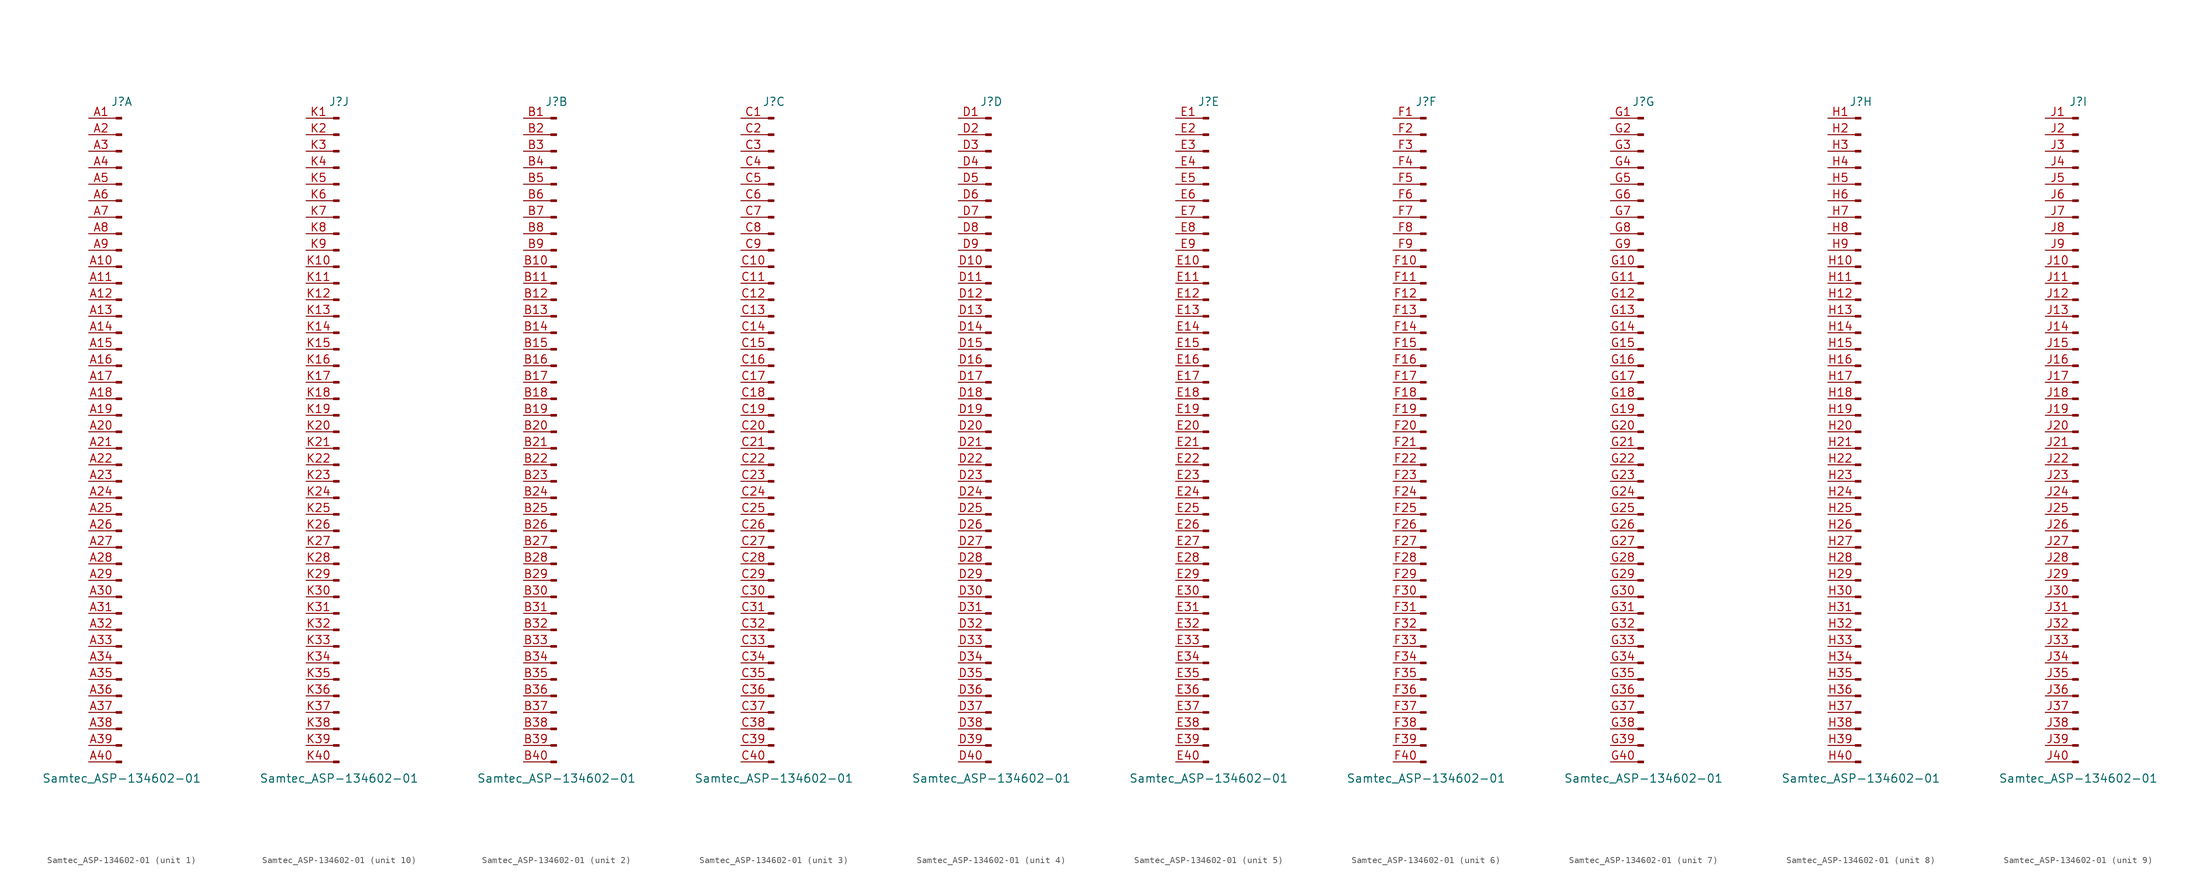
<source format=kicad_sym>
(kicad_symbol_lib
  (version 20210619)
  (generator kicad_symbol_editor)
  (symbol "Connector:Samtec_ASP-134602-01"
    (pin_names
      (offset 1.016) hide)
    (property "Reference" "J"
      (at 0 50.8 0)
      (effects (font (size 1.27 1.27))))
    (property "Value" "Samtec_ASP-134602-01"
      (at 0 -53.34 0)
      (effects (font (size 1.27 1.27))))
    (symbol "Samtec_ASP-134602-01_1_1"
      (rectangle (start -0.864 -50.673) (end 0 -50.927) (stroke (width 0.152)) (fill (type outline)))
      (rectangle (start -0.864 -48.133) (end 0 -48.387) (stroke (width 0.152)) (fill (type outline)))
      (rectangle (start -0.864 -45.593) (end 0 -45.847) (stroke (width 0.152)) (fill (type outline)))
      (rectangle (start -0.864 -43.053) (end 0 -43.307) (stroke (width 0.152)) (fill (type outline)))
      (rectangle (start -0.864 -40.513) (end 0 -40.767) (stroke (width 0.152)) (fill (type outline)))
      (rectangle (start -0.864 -37.973) (end 0 -38.227) (stroke (width 0.152)) (fill (type outline)))
      (rectangle (start -0.864 -35.433) (end 0 -35.687) (stroke (width 0.152)) (fill (type outline)))
      (rectangle (start -0.864 -32.893) (end 0 -33.147) (stroke (width 0.152)) (fill (type outline)))
      (rectangle (start -0.864 -30.353) (end 0 -30.607) (stroke (width 0.152)) (fill (type outline)))
      (rectangle (start -0.864 -27.813) (end 0 -28.067) (stroke (width 0.152)) (fill (type outline)))
      (rectangle (start -0.864 -25.273) (end 0 -25.527) (stroke (width 0.152)) (fill (type outline)))
      (rectangle (start -0.864 -22.733) (end 0 -22.987) (stroke (width 0.152)) (fill (type outline)))
      (rectangle (start -0.864 -20.193) (end 0 -20.447) (stroke (width 0.152)) (fill (type outline)))
      (rectangle (start -0.864 -17.653) (end 0 -17.907) (stroke (width 0.152)) (fill (type outline)))
      (rectangle (start -0.864 -15.113) (end 0 -15.367) (stroke (width 0.152)) (fill (type outline)))
      (rectangle (start -0.864 -12.573) (end 0 -12.827) (stroke (width 0.152)) (fill (type outline)))
      (rectangle (start -0.864 -10.033) (end 0 -10.287) (stroke (width 0.152)) (fill (type outline)))
      (rectangle (start -0.864 -7.493) (end 0 -7.747) (stroke (width 0.152)) (fill (type outline)))
      (rectangle (start -0.864 -4.953) (end 0 -5.207) (stroke (width 0.152)) (fill (type outline)))
      (rectangle (start -0.864 -2.413) (end 0 -2.667) (stroke (width 0.152)) (fill (type outline)))
      (rectangle (start -0.864 0.127) (end 0 -0.127) (stroke (width 0.152)) (fill (type outline)))
      (rectangle (start -0.864 2.667) (end 0 2.413) (stroke (width 0.152)) (fill (type outline)))
      (rectangle (start -0.864 5.207) (end 0 4.953) (stroke (width 0.152)) (fill (type outline)))
      (rectangle (start -0.864 7.747) (end 0 7.493) (stroke (width 0.152)) (fill (type outline)))
      (rectangle (start -0.864 10.287) (end 0 10.033) (stroke (width 0.152)) (fill (type outline)))
      (rectangle (start -0.864 12.827) (end 0 12.573) (stroke (width 0.152)) (fill (type outline)))
      (rectangle (start -0.864 15.367) (end 0 15.113) (stroke (width 0.152)) (fill (type outline)))
      (rectangle (start -0.864 17.907) (end 0 17.653) (stroke (width 0.152)) (fill (type outline)))
      (rectangle (start -0.864 20.447) (end 0 20.193) (stroke (width 0.152)) (fill (type outline)))
      (rectangle (start -0.864 22.987) (end 0 22.733) (stroke (width 0.152)) (fill (type outline)))
      (rectangle (start -0.864 25.527) (end 0 25.273) (stroke (width 0.152)) (fill (type outline)))
      (rectangle (start -0.864 28.067) (end 0 27.813) (stroke (width 0.152)) (fill (type outline)))
      (rectangle (start -0.864 30.607) (end 0 30.353) (stroke (width 0.152)) (fill (type outline)))
      (rectangle (start -0.864 33.147) (end 0 32.893) (stroke (width 0.152)) (fill (type outline)))
      (rectangle (start -0.864 35.687) (end 0 35.433) (stroke (width 0.152)) (fill (type outline)))
      (rectangle (start -0.864 38.227) (end 0 37.973) (stroke (width 0.152)) (fill (type outline)))
      (rectangle (start -0.864 40.767) (end 0 40.513) (stroke (width 0.152)) (fill (type outline)))
      (rectangle (start -0.864 43.307) (end 0 43.053) (stroke (width 0.152)) (fill (type outline)))
      (rectangle (start -0.864 45.847) (end 0 45.593) (stroke (width 0.152)) (fill (type outline)))
      (rectangle (start -0.864 48.387) (end 0 48.133) (stroke (width 0.152)) (fill (type outline)))
      (polyline (pts (xy -1.27 -50.8) (xy -0.864 -50.8)) (stroke (width 0.152)) (fill (type none)))
      (polyline (pts (xy -1.27 -48.26) (xy -0.864 -48.26)) (stroke (width 0.152)) (fill (type none)))
      (polyline (pts (xy -1.27 -45.72) (xy -0.864 -45.72)) (stroke (width 0.152)) (fill (type none)))
      (polyline (pts (xy -1.27 -43.18) (xy -0.864 -43.18)) (stroke (width 0.152)) (fill (type none)))
      (polyline (pts (xy -1.27 -40.64) (xy -0.864 -40.64)) (stroke (width 0.152)) (fill (type none)))
      (polyline (pts (xy -1.27 -38.1) (xy -0.864 -38.1)) (stroke (width 0.152)) (fill (type none)))
      (polyline (pts (xy -1.27 -35.56) (xy -0.864 -35.56)) (stroke (width 0.152)) (fill (type none)))
      (polyline (pts (xy -1.27 -33.02) (xy -0.864 -33.02)) (stroke (width 0.152)) (fill (type none)))
      (polyline (pts (xy -1.27 -30.48) (xy -0.864 -30.48)) (stroke (width 0.152)) (fill (type none)))
      (polyline (pts (xy -1.27 -27.94) (xy -0.864 -27.94)) (stroke (width 0.152)) (fill (type none)))
      (polyline (pts (xy -1.27 -25.4) (xy -0.864 -25.4)) (stroke (width 0.152)) (fill (type none)))
      (polyline (pts (xy -1.27 -22.86) (xy -0.864 -22.86)) (stroke (width 0.152)) (fill (type none)))
      (polyline (pts (xy -1.27 -20.32) (xy -0.864 -20.32)) (stroke (width 0.152)) (fill (type none)))
      (polyline (pts (xy -1.27 -17.78) (xy -0.864 -17.78)) (stroke (width 0.152)) (fill (type none)))
      (polyline (pts (xy -1.27 -15.24) (xy -0.864 -15.24)) (stroke (width 0.152)) (fill (type none)))
      (polyline (pts (xy -1.27 -12.7) (xy -0.864 -12.7)) (stroke (width 0.152)) (fill (type none)))
      (polyline (pts (xy -1.27 -10.16) (xy -0.864 -10.16)) (stroke (width 0.152)) (fill (type none)))
      (polyline (pts (xy -1.27 -7.62) (xy -0.864 -7.62)) (stroke (width 0.152)) (fill (type none)))
      (polyline (pts (xy -1.27 -5.08) (xy -0.864 -5.08)) (stroke (width 0.152)) (fill (type none)))
      (polyline (pts (xy -1.27 -2.54) (xy -0.864 -2.54)) (stroke (width 0.152)) (fill (type none)))
      (polyline (pts (xy -1.27 0) (xy -0.864 0)) (stroke (width 0.152)) (fill (type none)))
      (polyline (pts (xy -1.27 2.54) (xy -0.864 2.54)) (stroke (width 0.152)) (fill (type none)))
      (polyline (pts (xy -1.27 5.08) (xy -0.864 5.08)) (stroke (width 0.152)) (fill (type none)))
      (polyline (pts (xy -1.27 7.62) (xy -0.864 7.62)) (stroke (width 0.152)) (fill (type none)))
      (polyline (pts (xy -1.27 10.16) (xy -0.864 10.16)) (stroke (width 0.152)) (fill (type none)))
      (polyline (pts (xy -1.27 12.7) (xy -0.864 12.7)) (stroke (width 0.152)) (fill (type none)))
      (polyline (pts (xy -1.27 15.24) (xy -0.864 15.24)) (stroke (width 0.152)) (fill (type none)))
      (polyline (pts (xy -1.27 17.78) (xy -0.864 17.78)) (stroke (width 0.152)) (fill (type none)))
      (polyline (pts (xy -1.27 20.32) (xy -0.864 20.32)) (stroke (width 0.152)) (fill (type none)))
      (polyline (pts (xy -1.27 22.86) (xy -0.864 22.86)) (stroke (width 0.152)) (fill (type none)))
      (polyline (pts (xy -1.27 25.4) (xy -0.864 25.4)) (stroke (width 0.152)) (fill (type none)))
      (polyline (pts (xy -1.27 27.94) (xy -0.864 27.94)) (stroke (width 0.152)) (fill (type none)))
      (polyline (pts (xy -1.27 30.48) (xy -0.864 30.48)) (stroke (width 0.152)) (fill (type none)))
      (polyline (pts (xy -1.27 33.02) (xy -0.864 33.02)) (stroke (width 0.152)) (fill (type none)))
      (polyline (pts (xy -1.27 35.56) (xy -0.864 35.56)) (stroke (width 0.152)) (fill (type none)))
      (polyline (pts (xy -1.27 38.1) (xy -0.864 38.1)) (stroke (width 0.152)) (fill (type none)))
      (polyline (pts (xy -1.27 40.64) (xy -0.864 40.64)) (stroke (width 0.152)) (fill (type none)))
      (polyline (pts (xy -1.27 43.18) (xy -0.864 43.18)) (stroke (width 0.152)) (fill (type none)))
      (polyline (pts (xy -1.27 45.72) (xy -0.864 45.72)) (stroke (width 0.152)) (fill (type none)))
      (polyline (pts (xy -1.27 48.26) (xy -0.864 48.26)) (stroke (width 0.152)) (fill (type none)))
      (pin passive line (at -5.08 48.26 0) (length 3.81) (name "Pin_1" (effects (font (size 1.27 1.27)))) (number "A1" (effects (font (size 1.27 1.27)))))
      (pin passive line (at -5.08 25.4 0) (length 3.81) (name "Pin_10" (effects (font (size 1.27 1.27)))) (number "A10" (effects (font (size 1.27 1.27)))))
      (pin passive line (at -5.08 22.86 0) (length 3.81) (name "Pin_11" (effects (font (size 1.27 1.27)))) (number "A11" (effects (font (size 1.27 1.27)))))
      (pin passive line (at -5.08 20.32 0) (length 3.81) (name "Pin_12" (effects (font (size 1.27 1.27)))) (number "A12" (effects (font (size 1.27 1.27)))))
      (pin passive line (at -5.08 17.78 0) (length 3.81) (name "Pin_13" (effects (font (size 1.27 1.27)))) (number "A13" (effects (font (size 1.27 1.27)))))
      (pin passive line (at -5.08 15.24 0) (length 3.81) (name "Pin_14" (effects (font (size 1.27 1.27)))) (number "A14" (effects (font (size 1.27 1.27)))))
      (pin passive line (at -5.08 12.7 0) (length 3.81) (name "Pin_15" (effects (font (size 1.27 1.27)))) (number "A15" (effects (font (size 1.27 1.27)))))
      (pin passive line (at -5.08 10.16 0) (length 3.81) (name "Pin_16" (effects (font (size 1.27 1.27)))) (number "A16" (effects (font (size 1.27 1.27)))))
      (pin passive line (at -5.08 7.62 0) (length 3.81) (name "Pin_17" (effects (font (size 1.27 1.27)))) (number "A17" (effects (font (size 1.27 1.27)))))
      (pin passive line (at -5.08 5.08 0) (length 3.81) (name "Pin_18" (effects (font (size 1.27 1.27)))) (number "A18" (effects (font (size 1.27 1.27)))))
      (pin passive line (at -5.08 2.54 0) (length 3.81) (name "Pin_19" (effects (font (size 1.27 1.27)))) (number "A19" (effects (font (size 1.27 1.27)))))
      (pin passive line (at -5.08 45.72 0) (length 3.81) (name "Pin_2" (effects (font (size 1.27 1.27)))) (number "A2" (effects (font (size 1.27 1.27)))))
      (pin passive line (at -5.08 0 0) (length 3.81) (name "Pin_20" (effects (font (size 1.27 1.27)))) (number "A20" (effects (font (size 1.27 1.27)))))
      (pin passive line (at -5.08 -2.54 0) (length 3.81) (name "Pin_21" (effects (font (size 1.27 1.27)))) (number "A21" (effects (font (size 1.27 1.27)))))
      (pin passive line (at -5.08 -5.08 0) (length 3.81) (name "Pin_22" (effects (font (size 1.27 1.27)))) (number "A22" (effects (font (size 1.27 1.27)))))
      (pin passive line (at -5.08 -7.62 0) (length 3.81) (name "Pin_23" (effects (font (size 1.27 1.27)))) (number "A23" (effects (font (size 1.27 1.27)))))
      (pin passive line (at -5.08 -10.16 0) (length 3.81) (name "Pin_24" (effects (font (size 1.27 1.27)))) (number "A24" (effects (font (size 1.27 1.27)))))
      (pin passive line (at -5.08 -12.7 0) (length 3.81) (name "Pin_25" (effects (font (size 1.27 1.27)))) (number "A25" (effects (font (size 1.27 1.27)))))
      (pin passive line (at -5.08 -15.24 0) (length 3.81) (name "Pin_26" (effects (font (size 1.27 1.27)))) (number "A26" (effects (font (size 1.27 1.27)))))
      (pin passive line (at -5.08 -17.78 0) (length 3.81) (name "Pin_27" (effects (font (size 1.27 1.27)))) (number "A27" (effects (font (size 1.27 1.27)))))
      (pin passive line (at -5.08 -20.32 0) (length 3.81) (name "Pin_28" (effects (font (size 1.27 1.27)))) (number "A28" (effects (font (size 1.27 1.27)))))
      (pin passive line (at -5.08 -22.86 0) (length 3.81) (name "Pin_29" (effects (font (size 1.27 1.27)))) (number "A29" (effects (font (size 1.27 1.27)))))
      (pin passive line (at -5.08 43.18 0) (length 3.81) (name "Pin_3" (effects (font (size 1.27 1.27)))) (number "A3" (effects (font (size 1.27 1.27)))))
      (pin passive line (at -5.08 -25.4 0) (length 3.81) (name "Pin_30" (effects (font (size 1.27 1.27)))) (number "A30" (effects (font (size 1.27 1.27)))))
      (pin passive line (at -5.08 -27.94 0) (length 3.81) (name "Pin_31" (effects (font (size 1.27 1.27)))) (number "A31" (effects (font (size 1.27 1.27)))))
      (pin passive line (at -5.08 -30.48 0) (length 3.81) (name "Pin_32" (effects (font (size 1.27 1.27)))) (number "A32" (effects (font (size 1.27 1.27)))))
      (pin passive line (at -5.08 -33.02 0) (length 3.81) (name "Pin_33" (effects (font (size 1.27 1.27)))) (number "A33" (effects (font (size 1.27 1.27)))))
      (pin passive line (at -5.08 -35.56 0) (length 3.81) (name "Pin_34" (effects (font (size 1.27 1.27)))) (number "A34" (effects (font (size 1.27 1.27)))))
      (pin passive line (at -5.08 -38.1 0) (length 3.81) (name "Pin_35" (effects (font (size 1.27 1.27)))) (number "A35" (effects (font (size 1.27 1.27)))))
      (pin passive line (at -5.08 -40.64 0) (length 3.81) (name "Pin_36" (effects (font (size 1.27 1.27)))) (number "A36" (effects (font (size 1.27 1.27)))))
      (pin passive line (at -5.08 -43.18 0) (length 3.81) (name "Pin_37" (effects (font (size 1.27 1.27)))) (number "A37" (effects (font (size 1.27 1.27)))))
      (pin passive line (at -5.08 -45.72 0) (length 3.81) (name "Pin_38" (effects (font (size 1.27 1.27)))) (number "A38" (effects (font (size 1.27 1.27)))))
      (pin passive line (at -5.08 -48.26 0) (length 3.81) (name "Pin_39" (effects (font (size 1.27 1.27)))) (number "A39" (effects (font (size 1.27 1.27)))))
      (pin passive line (at -5.08 40.64 0) (length 3.81) (name "Pin_4" (effects (font (size 1.27 1.27)))) (number "A4" (effects (font (size 1.27 1.27)))))
      (pin passive line (at -5.08 -50.8 0) (length 3.81) (name "Pin_40" (effects (font (size 1.27 1.27)))) (number "A40" (effects (font (size 1.27 1.27)))))
      (pin passive line (at -5.08 38.1 0) (length 3.81) (name "Pin_5" (effects (font (size 1.27 1.27)))) (number "A5" (effects (font (size 1.27 1.27)))))
      (pin passive line (at -5.08 35.56 0) (length 3.81) (name "Pin_6" (effects (font (size 1.27 1.27)))) (number "A6" (effects (font (size 1.27 1.27)))))
      (pin passive line (at -5.08 33.02 0) (length 3.81) (name "Pin_7" (effects (font (size 1.27 1.27)))) (number "A7" (effects (font (size 1.27 1.27)))))
      (pin passive line (at -5.08 30.48 0) (length 3.81) (name "Pin_8" (effects (font (size 1.27 1.27)))) (number "A8" (effects (font (size 1.27 1.27)))))
      (pin passive line (at -5.08 27.94 0) (length 3.81) (name "Pin_9" (effects (font (size 1.27 1.27)))) (number "A9" (effects (font (size 1.27 1.27))))))
    (symbol "Samtec_ASP-134602-01_2_1"
      (rectangle (start -0.864 -50.673) (end 0 -50.927) (stroke (width 0.152)) (fill (type outline)))
      (rectangle (start -0.864 -48.133) (end 0 -48.387) (stroke (width 0.152)) (fill (type outline)))
      (rectangle (start -0.864 -45.593) (end 0 -45.847) (stroke (width 0.152)) (fill (type outline)))
      (rectangle (start -0.864 -43.053) (end 0 -43.307) (stroke (width 0.152)) (fill (type outline)))
      (rectangle (start -0.864 -40.513) (end 0 -40.767) (stroke (width 0.152)) (fill (type outline)))
      (rectangle (start -0.864 -37.973) (end 0 -38.227) (stroke (width 0.152)) (fill (type outline)))
      (rectangle (start -0.864 -35.433) (end 0 -35.687) (stroke (width 0.152)) (fill (type outline)))
      (rectangle (start -0.864 -32.893) (end 0 -33.147) (stroke (width 0.152)) (fill (type outline)))
      (rectangle (start -0.864 -30.353) (end 0 -30.607) (stroke (width 0.152)) (fill (type outline)))
      (rectangle (start -0.864 -27.813) (end 0 -28.067) (stroke (width 0.152)) (fill (type outline)))
      (rectangle (start -0.864 -25.273) (end 0 -25.527) (stroke (width 0.152)) (fill (type outline)))
      (rectangle (start -0.864 -22.733) (end 0 -22.987) (stroke (width 0.152)) (fill (type outline)))
      (rectangle (start -0.864 -20.193) (end 0 -20.447) (stroke (width 0.152)) (fill (type outline)))
      (rectangle (start -0.864 -17.653) (end 0 -17.907) (stroke (width 0.152)) (fill (type outline)))
      (rectangle (start -0.864 -15.113) (end 0 -15.367) (stroke (width 0.152)) (fill (type outline)))
      (rectangle (start -0.864 -12.573) (end 0 -12.827) (stroke (width 0.152)) (fill (type outline)))
      (rectangle (start -0.864 -10.033) (end 0 -10.287) (stroke (width 0.152)) (fill (type outline)))
      (rectangle (start -0.864 -7.493) (end 0 -7.747) (stroke (width 0.152)) (fill (type outline)))
      (rectangle (start -0.864 -4.953) (end 0 -5.207) (stroke (width 0.152)) (fill (type outline)))
      (rectangle (start -0.864 -2.413) (end 0 -2.667) (stroke (width 0.152)) (fill (type outline)))
      (rectangle (start -0.864 0.127) (end 0 -0.127) (stroke (width 0.152)) (fill (type outline)))
      (rectangle (start -0.864 2.667) (end 0 2.413) (stroke (width 0.152)) (fill (type outline)))
      (rectangle (start -0.864 5.207) (end 0 4.953) (stroke (width 0.152)) (fill (type outline)))
      (rectangle (start -0.864 7.747) (end 0 7.493) (stroke (width 0.152)) (fill (type outline)))
      (rectangle (start -0.864 10.287) (end 0 10.033) (stroke (width 0.152)) (fill (type outline)))
      (rectangle (start -0.864 12.827) (end 0 12.573) (stroke (width 0.152)) (fill (type outline)))
      (rectangle (start -0.864 15.367) (end 0 15.113) (stroke (width 0.152)) (fill (type outline)))
      (rectangle (start -0.864 17.907) (end 0 17.653) (stroke (width 0.152)) (fill (type outline)))
      (rectangle (start -0.864 20.447) (end 0 20.193) (stroke (width 0.152)) (fill (type outline)))
      (rectangle (start -0.864 22.987) (end 0 22.733) (stroke (width 0.152)) (fill (type outline)))
      (rectangle (start -0.864 25.527) (end 0 25.273) (stroke (width 0.152)) (fill (type outline)))
      (rectangle (start -0.864 28.067) (end 0 27.813) (stroke (width 0.152)) (fill (type outline)))
      (rectangle (start -0.864 30.607) (end 0 30.353) (stroke (width 0.152)) (fill (type outline)))
      (rectangle (start -0.864 33.147) (end 0 32.893) (stroke (width 0.152)) (fill (type outline)))
      (rectangle (start -0.864 35.687) (end 0 35.433) (stroke (width 0.152)) (fill (type outline)))
      (rectangle (start -0.864 38.227) (end 0 37.973) (stroke (width 0.152)) (fill (type outline)))
      (rectangle (start -0.864 40.767) (end 0 40.513) (stroke (width 0.152)) (fill (type outline)))
      (rectangle (start -0.864 43.307) (end 0 43.053) (stroke (width 0.152)) (fill (type outline)))
      (rectangle (start -0.864 45.847) (end 0 45.593) (stroke (width 0.152)) (fill (type outline)))
      (rectangle (start -0.864 48.387) (end 0 48.133) (stroke (width 0.152)) (fill (type outline)))
      (polyline (pts (xy -1.27 -50.8) (xy -0.864 -50.8)) (stroke (width 0.152)) (fill (type none)))
      (polyline (pts (xy -1.27 -48.26) (xy -0.864 -48.26)) (stroke (width 0.152)) (fill (type none)))
      (polyline (pts (xy -1.27 -45.72) (xy -0.864 -45.72)) (stroke (width 0.152)) (fill (type none)))
      (polyline (pts (xy -1.27 -43.18) (xy -0.864 -43.18)) (stroke (width 0.152)) (fill (type none)))
      (polyline (pts (xy -1.27 -40.64) (xy -0.864 -40.64)) (stroke (width 0.152)) (fill (type none)))
      (polyline (pts (xy -1.27 -38.1) (xy -0.864 -38.1)) (stroke (width 0.152)) (fill (type none)))
      (polyline (pts (xy -1.27 -35.56) (xy -0.864 -35.56)) (stroke (width 0.152)) (fill (type none)))
      (polyline (pts (xy -1.27 -33.02) (xy -0.864 -33.02)) (stroke (width 0.152)) (fill (type none)))
      (polyline (pts (xy -1.27 -30.48) (xy -0.864 -30.48)) (stroke (width 0.152)) (fill (type none)))
      (polyline (pts (xy -1.27 -27.94) (xy -0.864 -27.94)) (stroke (width 0.152)) (fill (type none)))
      (polyline (pts (xy -1.27 -25.4) (xy -0.864 -25.4)) (stroke (width 0.152)) (fill (type none)))
      (polyline (pts (xy -1.27 -22.86) (xy -0.864 -22.86)) (stroke (width 0.152)) (fill (type none)))
      (polyline (pts (xy -1.27 -20.32) (xy -0.864 -20.32)) (stroke (width 0.152)) (fill (type none)))
      (polyline (pts (xy -1.27 -17.78) (xy -0.864 -17.78)) (stroke (width 0.152)) (fill (type none)))
      (polyline (pts (xy -1.27 -15.24) (xy -0.864 -15.24)) (stroke (width 0.152)) (fill (type none)))
      (polyline (pts (xy -1.27 -12.7) (xy -0.864 -12.7)) (stroke (width 0.152)) (fill (type none)))
      (polyline (pts (xy -1.27 -10.16) (xy -0.864 -10.16)) (stroke (width 0.152)) (fill (type none)))
      (polyline (pts (xy -1.27 -7.62) (xy -0.864 -7.62)) (stroke (width 0.152)) (fill (type none)))
      (polyline (pts (xy -1.27 -5.08) (xy -0.864 -5.08)) (stroke (width 0.152)) (fill (type none)))
      (polyline (pts (xy -1.27 -2.54) (xy -0.864 -2.54)) (stroke (width 0.152)) (fill (type none)))
      (polyline (pts (xy -1.27 0) (xy -0.864 0)) (stroke (width 0.152)) (fill (type none)))
      (polyline (pts (xy -1.27 2.54) (xy -0.864 2.54)) (stroke (width 0.152)) (fill (type none)))
      (polyline (pts (xy -1.27 5.08) (xy -0.864 5.08)) (stroke (width 0.152)) (fill (type none)))
      (polyline (pts (xy -1.27 7.62) (xy -0.864 7.62)) (stroke (width 0.152)) (fill (type none)))
      (polyline (pts (xy -1.27 10.16) (xy -0.864 10.16)) (stroke (width 0.152)) (fill (type none)))
      (polyline (pts (xy -1.27 12.7) (xy -0.864 12.7)) (stroke (width 0.152)) (fill (type none)))
      (polyline (pts (xy -1.27 15.24) (xy -0.864 15.24)) (stroke (width 0.152)) (fill (type none)))
      (polyline (pts (xy -1.27 17.78) (xy -0.864 17.78)) (stroke (width 0.152)) (fill (type none)))
      (polyline (pts (xy -1.27 20.32) (xy -0.864 20.32)) (stroke (width 0.152)) (fill (type none)))
      (polyline (pts (xy -1.27 22.86) (xy -0.864 22.86)) (stroke (width 0.152)) (fill (type none)))
      (polyline (pts (xy -1.27 25.4) (xy -0.864 25.4)) (stroke (width 0.152)) (fill (type none)))
      (polyline (pts (xy -1.27 27.94) (xy -0.864 27.94)) (stroke (width 0.152)) (fill (type none)))
      (polyline (pts (xy -1.27 30.48) (xy -0.864 30.48)) (stroke (width 0.152)) (fill (type none)))
      (polyline (pts (xy -1.27 33.02) (xy -0.864 33.02)) (stroke (width 0.152)) (fill (type none)))
      (polyline (pts (xy -1.27 35.56) (xy -0.864 35.56)) (stroke (width 0.152)) (fill (type none)))
      (polyline (pts (xy -1.27 38.1) (xy -0.864 38.1)) (stroke (width 0.152)) (fill (type none)))
      (polyline (pts (xy -1.27 40.64) (xy -0.864 40.64)) (stroke (width 0.152)) (fill (type none)))
      (polyline (pts (xy -1.27 43.18) (xy -0.864 43.18)) (stroke (width 0.152)) (fill (type none)))
      (polyline (pts (xy -1.27 45.72) (xy -0.864 45.72)) (stroke (width 0.152)) (fill (type none)))
      (polyline (pts (xy -1.27 48.26) (xy -0.864 48.26)) (stroke (width 0.152)) (fill (type none)))
      (pin passive line (at -5.08 48.26 0) (length 3.81) (name "Pin_1" (effects (font (size 1.27 1.27)))) (number "B1" (effects (font (size 1.27 1.27)))))
      (pin passive line (at -5.08 25.4 0) (length 3.81) (name "Pin_10" (effects (font (size 1.27 1.27)))) (number "B10" (effects (font (size 1.27 1.27)))))
      (pin passive line (at -5.08 22.86 0) (length 3.81) (name "Pin_11" (effects (font (size 1.27 1.27)))) (number "B11" (effects (font (size 1.27 1.27)))))
      (pin passive line (at -5.08 20.32 0) (length 3.81) (name "Pin_12" (effects (font (size 1.27 1.27)))) (number "B12" (effects (font (size 1.27 1.27)))))
      (pin passive line (at -5.08 17.78 0) (length 3.81) (name "Pin_13" (effects (font (size 1.27 1.27)))) (number "B13" (effects (font (size 1.27 1.27)))))
      (pin passive line (at -5.08 15.24 0) (length 3.81) (name "Pin_14" (effects (font (size 1.27 1.27)))) (number "B14" (effects (font (size 1.27 1.27)))))
      (pin passive line (at -5.08 12.7 0) (length 3.81) (name "Pin_15" (effects (font (size 1.27 1.27)))) (number "B15" (effects (font (size 1.27 1.27)))))
      (pin passive line (at -5.08 10.16 0) (length 3.81) (name "Pin_16" (effects (font (size 1.27 1.27)))) (number "B16" (effects (font (size 1.27 1.27)))))
      (pin passive line (at -5.08 7.62 0) (length 3.81) (name "Pin_17" (effects (font (size 1.27 1.27)))) (number "B17" (effects (font (size 1.27 1.27)))))
      (pin passive line (at -5.08 5.08 0) (length 3.81) (name "Pin_18" (effects (font (size 1.27 1.27)))) (number "B18" (effects (font (size 1.27 1.27)))))
      (pin passive line (at -5.08 2.54 0) (length 3.81) (name "Pin_19" (effects (font (size 1.27 1.27)))) (number "B19" (effects (font (size 1.27 1.27)))))
      (pin passive line (at -5.08 45.72 0) (length 3.81) (name "Pin_2" (effects (font (size 1.27 1.27)))) (number "B2" (effects (font (size 1.27 1.27)))))
      (pin passive line (at -5.08 0 0) (length 3.81) (name "Pin_20" (effects (font (size 1.27 1.27)))) (number "B20" (effects (font (size 1.27 1.27)))))
      (pin passive line (at -5.08 -2.54 0) (length 3.81) (name "Pin_21" (effects (font (size 1.27 1.27)))) (number "B21" (effects (font (size 1.27 1.27)))))
      (pin passive line (at -5.08 -5.08 0) (length 3.81) (name "Pin_22" (effects (font (size 1.27 1.27)))) (number "B22" (effects (font (size 1.27 1.27)))))
      (pin passive line (at -5.08 -7.62 0) (length 3.81) (name "Pin_23" (effects (font (size 1.27 1.27)))) (number "B23" (effects (font (size 1.27 1.27)))))
      (pin passive line (at -5.08 -10.16 0) (length 3.81) (name "Pin_24" (effects (font (size 1.27 1.27)))) (number "B24" (effects (font (size 1.27 1.27)))))
      (pin passive line (at -5.08 -12.7 0) (length 3.81) (name "Pin_25" (effects (font (size 1.27 1.27)))) (number "B25" (effects (font (size 1.27 1.27)))))
      (pin passive line (at -5.08 -15.24 0) (length 3.81) (name "Pin_26" (effects (font (size 1.27 1.27)))) (number "B26" (effects (font (size 1.27 1.27)))))
      (pin passive line (at -5.08 -17.78 0) (length 3.81) (name "Pin_27" (effects (font (size 1.27 1.27)))) (number "B27" (effects (font (size 1.27 1.27)))))
      (pin passive line (at -5.08 -20.32 0) (length 3.81) (name "Pin_28" (effects (font (size 1.27 1.27)))) (number "B28" (effects (font (size 1.27 1.27)))))
      (pin passive line (at -5.08 -22.86 0) (length 3.81) (name "Pin_29" (effects (font (size 1.27 1.27)))) (number "B29" (effects (font (size 1.27 1.27)))))
      (pin passive line (at -5.08 43.18 0) (length 3.81) (name "Pin_3" (effects (font (size 1.27 1.27)))) (number "B3" (effects (font (size 1.27 1.27)))))
      (pin passive line (at -5.08 -25.4 0) (length 3.81) (name "Pin_30" (effects (font (size 1.27 1.27)))) (number "B30" (effects (font (size 1.27 1.27)))))
      (pin passive line (at -5.08 -27.94 0) (length 3.81) (name "Pin_31" (effects (font (size 1.27 1.27)))) (number "B31" (effects (font (size 1.27 1.27)))))
      (pin passive line (at -5.08 -30.48 0) (length 3.81) (name "Pin_32" (effects (font (size 1.27 1.27)))) (number "B32" (effects (font (size 1.27 1.27)))))
      (pin passive line (at -5.08 -33.02 0) (length 3.81) (name "Pin_33" (effects (font (size 1.27 1.27)))) (number "B33" (effects (font (size 1.27 1.27)))))
      (pin passive line (at -5.08 -35.56 0) (length 3.81) (name "Pin_34" (effects (font (size 1.27 1.27)))) (number "B34" (effects (font (size 1.27 1.27)))))
      (pin passive line (at -5.08 -38.1 0) (length 3.81) (name "Pin_35" (effects (font (size 1.27 1.27)))) (number "B35" (effects (font (size 1.27 1.27)))))
      (pin passive line (at -5.08 -40.64 0) (length 3.81) (name "Pin_36" (effects (font (size 1.27 1.27)))) (number "B36" (effects (font (size 1.27 1.27)))))
      (pin passive line (at -5.08 -43.18 0) (length 3.81) (name "Pin_37" (effects (font (size 1.27 1.27)))) (number "B37" (effects (font (size 1.27 1.27)))))
      (pin passive line (at -5.08 -45.72 0) (length 3.81) (name "Pin_38" (effects (font (size 1.27 1.27)))) (number "B38" (effects (font (size 1.27 1.27)))))
      (pin passive line (at -5.08 -48.26 0) (length 3.81) (name "Pin_39" (effects (font (size 1.27 1.27)))) (number "B39" (effects (font (size 1.27 1.27)))))
      (pin passive line (at -5.08 40.64 0) (length 3.81) (name "Pin_4" (effects (font (size 1.27 1.27)))) (number "B4" (effects (font (size 1.27 1.27)))))
      (pin passive line (at -5.08 -50.8 0) (length 3.81) (name "Pin_40" (effects (font (size 1.27 1.27)))) (number "B40" (effects (font (size 1.27 1.27)))))
      (pin passive line (at -5.08 38.1 0) (length 3.81) (name "Pin_5" (effects (font (size 1.27 1.27)))) (number "B5" (effects (font (size 1.27 1.27)))))
      (pin passive line (at -5.08 35.56 0) (length 3.81) (name "Pin_6" (effects (font (size 1.27 1.27)))) (number "B6" (effects (font (size 1.27 1.27)))))
      (pin passive line (at -5.08 33.02 0) (length 3.81) (name "Pin_7" (effects (font (size 1.27 1.27)))) (number "B7" (effects (font (size 1.27 1.27)))))
      (pin passive line (at -5.08 30.48 0) (length 3.81) (name "Pin_8" (effects (font (size 1.27 1.27)))) (number "B8" (effects (font (size 1.27 1.27)))))
      (pin passive line (at -5.08 27.94 0) (length 3.81) (name "Pin_9" (effects (font (size 1.27 1.27)))) (number "B9" (effects (font (size 1.27 1.27))))))
    (symbol "Samtec_ASP-134602-01_3_1"
      (rectangle (start -0.864 -50.673) (end 0 -50.927) (stroke (width 0.152)) (fill (type outline)))
      (rectangle (start -0.864 -48.133) (end 0 -48.387) (stroke (width 0.152)) (fill (type outline)))
      (rectangle (start -0.864 -45.593) (end 0 -45.847) (stroke (width 0.152)) (fill (type outline)))
      (rectangle (start -0.864 -43.053) (end 0 -43.307) (stroke (width 0.152)) (fill (type outline)))
      (rectangle (start -0.864 -40.513) (end 0 -40.767) (stroke (width 0.152)) (fill (type outline)))
      (rectangle (start -0.864 -37.973) (end 0 -38.227) (stroke (width 0.152)) (fill (type outline)))
      (rectangle (start -0.864 -35.433) (end 0 -35.687) (stroke (width 0.152)) (fill (type outline)))
      (rectangle (start -0.864 -32.893) (end 0 -33.147) (stroke (width 0.152)) (fill (type outline)))
      (rectangle (start -0.864 -30.353) (end 0 -30.607) (stroke (width 0.152)) (fill (type outline)))
      (rectangle (start -0.864 -27.813) (end 0 -28.067) (stroke (width 0.152)) (fill (type outline)))
      (rectangle (start -0.864 -25.273) (end 0 -25.527) (stroke (width 0.152)) (fill (type outline)))
      (rectangle (start -0.864 -22.733) (end 0 -22.987) (stroke (width 0.152)) (fill (type outline)))
      (rectangle (start -0.864 -20.193) (end 0 -20.447) (stroke (width 0.152)) (fill (type outline)))
      (rectangle (start -0.864 -17.653) (end 0 -17.907) (stroke (width 0.152)) (fill (type outline)))
      (rectangle (start -0.864 -15.113) (end 0 -15.367) (stroke (width 0.152)) (fill (type outline)))
      (rectangle (start -0.864 -12.573) (end 0 -12.827) (stroke (width 0.152)) (fill (type outline)))
      (rectangle (start -0.864 -10.033) (end 0 -10.287) (stroke (width 0.152)) (fill (type outline)))
      (rectangle (start -0.864 -7.493) (end 0 -7.747) (stroke (width 0.152)) (fill (type outline)))
      (rectangle (start -0.864 -4.953) (end 0 -5.207) (stroke (width 0.152)) (fill (type outline)))
      (rectangle (start -0.864 -2.413) (end 0 -2.667) (stroke (width 0.152)) (fill (type outline)))
      (rectangle (start -0.864 0.127) (end 0 -0.127) (stroke (width 0.152)) (fill (type outline)))
      (rectangle (start -0.864 2.667) (end 0 2.413) (stroke (width 0.152)) (fill (type outline)))
      (rectangle (start -0.864 5.207) (end 0 4.953) (stroke (width 0.152)) (fill (type outline)))
      (rectangle (start -0.864 7.747) (end 0 7.493) (stroke (width 0.152)) (fill (type outline)))
      (rectangle (start -0.864 10.287) (end 0 10.033) (stroke (width 0.152)) (fill (type outline)))
      (rectangle (start -0.864 12.827) (end 0 12.573) (stroke (width 0.152)) (fill (type outline)))
      (rectangle (start -0.864 15.367) (end 0 15.113) (stroke (width 0.152)) (fill (type outline)))
      (rectangle (start -0.864 17.907) (end 0 17.653) (stroke (width 0.152)) (fill (type outline)))
      (rectangle (start -0.864 20.447) (end 0 20.193) (stroke (width 0.152)) (fill (type outline)))
      (rectangle (start -0.864 22.987) (end 0 22.733) (stroke (width 0.152)) (fill (type outline)))
      (rectangle (start -0.864 25.527) (end 0 25.273) (stroke (width 0.152)) (fill (type outline)))
      (rectangle (start -0.864 28.067) (end 0 27.813) (stroke (width 0.152)) (fill (type outline)))
      (rectangle (start -0.864 30.607) (end 0 30.353) (stroke (width 0.152)) (fill (type outline)))
      (rectangle (start -0.864 33.147) (end 0 32.893) (stroke (width 0.152)) (fill (type outline)))
      (rectangle (start -0.864 35.687) (end 0 35.433) (stroke (width 0.152)) (fill (type outline)))
      (rectangle (start -0.864 38.227) (end 0 37.973) (stroke (width 0.152)) (fill (type outline)))
      (rectangle (start -0.864 40.767) (end 0 40.513) (stroke (width 0.152)) (fill (type outline)))
      (rectangle (start -0.864 43.307) (end 0 43.053) (stroke (width 0.152)) (fill (type outline)))
      (rectangle (start -0.864 45.847) (end 0 45.593) (stroke (width 0.152)) (fill (type outline)))
      (rectangle (start -0.864 48.387) (end 0 48.133) (stroke (width 0.152)) (fill (type outline)))
      (polyline (pts (xy -1.27 -50.8) (xy -0.864 -50.8)) (stroke (width 0.152)) (fill (type none)))
      (polyline (pts (xy -1.27 -48.26) (xy -0.864 -48.26)) (stroke (width 0.152)) (fill (type none)))
      (polyline (pts (xy -1.27 -45.72) (xy -0.864 -45.72)) (stroke (width 0.152)) (fill (type none)))
      (polyline (pts (xy -1.27 -43.18) (xy -0.864 -43.18)) (stroke (width 0.152)) (fill (type none)))
      (polyline (pts (xy -1.27 -40.64) (xy -0.864 -40.64)) (stroke (width 0.152)) (fill (type none)))
      (polyline (pts (xy -1.27 -38.1) (xy -0.864 -38.1)) (stroke (width 0.152)) (fill (type none)))
      (polyline (pts (xy -1.27 -35.56) (xy -0.864 -35.56)) (stroke (width 0.152)) (fill (type none)))
      (polyline (pts (xy -1.27 -33.02) (xy -0.864 -33.02)) (stroke (width 0.152)) (fill (type none)))
      (polyline (pts (xy -1.27 -30.48) (xy -0.864 -30.48)) (stroke (width 0.152)) (fill (type none)))
      (polyline (pts (xy -1.27 -27.94) (xy -0.864 -27.94)) (stroke (width 0.152)) (fill (type none)))
      (polyline (pts (xy -1.27 -25.4) (xy -0.864 -25.4)) (stroke (width 0.152)) (fill (type none)))
      (polyline (pts (xy -1.27 -22.86) (xy -0.864 -22.86)) (stroke (width 0.152)) (fill (type none)))
      (polyline (pts (xy -1.27 -20.32) (xy -0.864 -20.32)) (stroke (width 0.152)) (fill (type none)))
      (polyline (pts (xy -1.27 -17.78) (xy -0.864 -17.78)) (stroke (width 0.152)) (fill (type none)))
      (polyline (pts (xy -1.27 -15.24) (xy -0.864 -15.24)) (stroke (width 0.152)) (fill (type none)))
      (polyline (pts (xy -1.27 -12.7) (xy -0.864 -12.7)) (stroke (width 0.152)) (fill (type none)))
      (polyline (pts (xy -1.27 -10.16) (xy -0.864 -10.16)) (stroke (width 0.152)) (fill (type none)))
      (polyline (pts (xy -1.27 -7.62) (xy -0.864 -7.62)) (stroke (width 0.152)) (fill (type none)))
      (polyline (pts (xy -1.27 -5.08) (xy -0.864 -5.08)) (stroke (width 0.152)) (fill (type none)))
      (polyline (pts (xy -1.27 -2.54) (xy -0.864 -2.54)) (stroke (width 0.152)) (fill (type none)))
      (polyline (pts (xy -1.27 0) (xy -0.864 0)) (stroke (width 0.152)) (fill (type none)))
      (polyline (pts (xy -1.27 2.54) (xy -0.864 2.54)) (stroke (width 0.152)) (fill (type none)))
      (polyline (pts (xy -1.27 5.08) (xy -0.864 5.08)) (stroke (width 0.152)) (fill (type none)))
      (polyline (pts (xy -1.27 7.62) (xy -0.864 7.62)) (stroke (width 0.152)) (fill (type none)))
      (polyline (pts (xy -1.27 10.16) (xy -0.864 10.16)) (stroke (width 0.152)) (fill (type none)))
      (polyline (pts (xy -1.27 12.7) (xy -0.864 12.7)) (stroke (width 0.152)) (fill (type none)))
      (polyline (pts (xy -1.27 15.24) (xy -0.864 15.24)) (stroke (width 0.152)) (fill (type none)))
      (polyline (pts (xy -1.27 17.78) (xy -0.864 17.78)) (stroke (width 0.152)) (fill (type none)))
      (polyline (pts (xy -1.27 20.32) (xy -0.864 20.32)) (stroke (width 0.152)) (fill (type none)))
      (polyline (pts (xy -1.27 22.86) (xy -0.864 22.86)) (stroke (width 0.152)) (fill (type none)))
      (polyline (pts (xy -1.27 25.4) (xy -0.864 25.4)) (stroke (width 0.152)) (fill (type none)))
      (polyline (pts (xy -1.27 27.94) (xy -0.864 27.94)) (stroke (width 0.152)) (fill (type none)))
      (polyline (pts (xy -1.27 30.48) (xy -0.864 30.48)) (stroke (width 0.152)) (fill (type none)))
      (polyline (pts (xy -1.27 33.02) (xy -0.864 33.02)) (stroke (width 0.152)) (fill (type none)))
      (polyline (pts (xy -1.27 35.56) (xy -0.864 35.56)) (stroke (width 0.152)) (fill (type none)))
      (polyline (pts (xy -1.27 38.1) (xy -0.864 38.1)) (stroke (width 0.152)) (fill (type none)))
      (polyline (pts (xy -1.27 40.64) (xy -0.864 40.64)) (stroke (width 0.152)) (fill (type none)))
      (polyline (pts (xy -1.27 43.18) (xy -0.864 43.18)) (stroke (width 0.152)) (fill (type none)))
      (polyline (pts (xy -1.27 45.72) (xy -0.864 45.72)) (stroke (width 0.152)) (fill (type none)))
      (polyline (pts (xy -1.27 48.26) (xy -0.864 48.26)) (stroke (width 0.152)) (fill (type none)))
      (pin passive line (at -5.08 48.26 0) (length 3.81) (name "Pin_1" (effects (font (size 1.27 1.27)))) (number "C1" (effects (font (size 1.27 1.27)))))
      (pin passive line (at -5.08 25.4 0) (length 3.81) (name "Pin_10" (effects (font (size 1.27 1.27)))) (number "C10" (effects (font (size 1.27 1.27)))))
      (pin passive line (at -5.08 22.86 0) (length 3.81) (name "Pin_11" (effects (font (size 1.27 1.27)))) (number "C11" (effects (font (size 1.27 1.27)))))
      (pin passive line (at -5.08 20.32 0) (length 3.81) (name "Pin_12" (effects (font (size 1.27 1.27)))) (number "C12" (effects (font (size 1.27 1.27)))))
      (pin passive line (at -5.08 17.78 0) (length 3.81) (name "Pin_13" (effects (font (size 1.27 1.27)))) (number "C13" (effects (font (size 1.27 1.27)))))
      (pin passive line (at -5.08 15.24 0) (length 3.81) (name "Pin_14" (effects (font (size 1.27 1.27)))) (number "C14" (effects (font (size 1.27 1.27)))))
      (pin passive line (at -5.08 12.7 0) (length 3.81) (name "Pin_15" (effects (font (size 1.27 1.27)))) (number "C15" (effects (font (size 1.27 1.27)))))
      (pin passive line (at -5.08 10.16 0) (length 3.81) (name "Pin_16" (effects (font (size 1.27 1.27)))) (number "C16" (effects (font (size 1.27 1.27)))))
      (pin passive line (at -5.08 7.62 0) (length 3.81) (name "Pin_17" (effects (font (size 1.27 1.27)))) (number "C17" (effects (font (size 1.27 1.27)))))
      (pin passive line (at -5.08 5.08 0) (length 3.81) (name "Pin_18" (effects (font (size 1.27 1.27)))) (number "C18" (effects (font (size 1.27 1.27)))))
      (pin passive line (at -5.08 2.54 0) (length 3.81) (name "Pin_19" (effects (font (size 1.27 1.27)))) (number "C19" (effects (font (size 1.27 1.27)))))
      (pin passive line (at -5.08 45.72 0) (length 3.81) (name "Pin_2" (effects (font (size 1.27 1.27)))) (number "C2" (effects (font (size 1.27 1.27)))))
      (pin passive line (at -5.08 0 0) (length 3.81) (name "Pin_20" (effects (font (size 1.27 1.27)))) (number "C20" (effects (font (size 1.27 1.27)))))
      (pin passive line (at -5.08 -2.54 0) (length 3.81) (name "Pin_21" (effects (font (size 1.27 1.27)))) (number "C21" (effects (font (size 1.27 1.27)))))
      (pin passive line (at -5.08 -5.08 0) (length 3.81) (name "Pin_22" (effects (font (size 1.27 1.27)))) (number "C22" (effects (font (size 1.27 1.27)))))
      (pin passive line (at -5.08 -7.62 0) (length 3.81) (name "Pin_23" (effects (font (size 1.27 1.27)))) (number "C23" (effects (font (size 1.27 1.27)))))
      (pin passive line (at -5.08 -10.16 0) (length 3.81) (name "Pin_24" (effects (font (size 1.27 1.27)))) (number "C24" (effects (font (size 1.27 1.27)))))
      (pin passive line (at -5.08 -12.7 0) (length 3.81) (name "Pin_25" (effects (font (size 1.27 1.27)))) (number "C25" (effects (font (size 1.27 1.27)))))
      (pin passive line (at -5.08 -15.24 0) (length 3.81) (name "Pin_26" (effects (font (size 1.27 1.27)))) (number "C26" (effects (font (size 1.27 1.27)))))
      (pin passive line (at -5.08 -17.78 0) (length 3.81) (name "Pin_27" (effects (font (size 1.27 1.27)))) (number "C27" (effects (font (size 1.27 1.27)))))
      (pin passive line (at -5.08 -20.32 0) (length 3.81) (name "Pin_28" (effects (font (size 1.27 1.27)))) (number "C28" (effects (font (size 1.27 1.27)))))
      (pin passive line (at -5.08 -22.86 0) (length 3.81) (name "Pin_29" (effects (font (size 1.27 1.27)))) (number "C29" (effects (font (size 1.27 1.27)))))
      (pin passive line (at -5.08 43.18 0) (length 3.81) (name "Pin_3" (effects (font (size 1.27 1.27)))) (number "C3" (effects (font (size 1.27 1.27)))))
      (pin passive line (at -5.08 -25.4 0) (length 3.81) (name "Pin_30" (effects (font (size 1.27 1.27)))) (number "C30" (effects (font (size 1.27 1.27)))))
      (pin passive line (at -5.08 -27.94 0) (length 3.81) (name "Pin_31" (effects (font (size 1.27 1.27)))) (number "C31" (effects (font (size 1.27 1.27)))))
      (pin passive line (at -5.08 -30.48 0) (length 3.81) (name "Pin_32" (effects (font (size 1.27 1.27)))) (number "C32" (effects (font (size 1.27 1.27)))))
      (pin passive line (at -5.08 -33.02 0) (length 3.81) (name "Pin_33" (effects (font (size 1.27 1.27)))) (number "C33" (effects (font (size 1.27 1.27)))))
      (pin passive line (at -5.08 -35.56 0) (length 3.81) (name "Pin_34" (effects (font (size 1.27 1.27)))) (number "C34" (effects (font (size 1.27 1.27)))))
      (pin passive line (at -5.08 -38.1 0) (length 3.81) (name "Pin_35" (effects (font (size 1.27 1.27)))) (number "C35" (effects (font (size 1.27 1.27)))))
      (pin passive line (at -5.08 -40.64 0) (length 3.81) (name "Pin_36" (effects (font (size 1.27 1.27)))) (number "C36" (effects (font (size 1.27 1.27)))))
      (pin passive line (at -5.08 -43.18 0) (length 3.81) (name "Pin_37" (effects (font (size 1.27 1.27)))) (number "C37" (effects (font (size 1.27 1.27)))))
      (pin passive line (at -5.08 -45.72 0) (length 3.81) (name "Pin_38" (effects (font (size 1.27 1.27)))) (number "C38" (effects (font (size 1.27 1.27)))))
      (pin passive line (at -5.08 -48.26 0) (length 3.81) (name "Pin_39" (effects (font (size 1.27 1.27)))) (number "C39" (effects (font (size 1.27 1.27)))))
      (pin passive line (at -5.08 40.64 0) (length 3.81) (name "Pin_4" (effects (font (size 1.27 1.27)))) (number "C4" (effects (font (size 1.27 1.27)))))
      (pin passive line (at -5.08 -50.8 0) (length 3.81) (name "Pin_40" (effects (font (size 1.27 1.27)))) (number "C40" (effects (font (size 1.27 1.27)))))
      (pin passive line (at -5.08 38.1 0) (length 3.81) (name "Pin_5" (effects (font (size 1.27 1.27)))) (number "C5" (effects (font (size 1.27 1.27)))))
      (pin passive line (at -5.08 35.56 0) (length 3.81) (name "Pin_6" (effects (font (size 1.27 1.27)))) (number "C6" (effects (font (size 1.27 1.27)))))
      (pin passive line (at -5.08 33.02 0) (length 3.81) (name "Pin_7" (effects (font (size 1.27 1.27)))) (number "C7" (effects (font (size 1.27 1.27)))))
      (pin passive line (at -5.08 30.48 0) (length 3.81) (name "Pin_8" (effects (font (size 1.27 1.27)))) (number "C8" (effects (font (size 1.27 1.27)))))
      (pin passive line (at -5.08 27.94 0) (length 3.81) (name "Pin_9" (effects (font (size 1.27 1.27)))) (number "C9" (effects (font (size 1.27 1.27))))))
    (symbol "Samtec_ASP-134602-01_4_1"
      (rectangle (start -0.864 -50.673) (end 0 -50.927) (stroke (width 0.152)) (fill (type outline)))
      (rectangle (start -0.864 -48.133) (end 0 -48.387) (stroke (width 0.152)) (fill (type outline)))
      (rectangle (start -0.864 -45.593) (end 0 -45.847) (stroke (width 0.152)) (fill (type outline)))
      (rectangle (start -0.864 -43.053) (end 0 -43.307) (stroke (width 0.152)) (fill (type outline)))
      (rectangle (start -0.864 -40.513) (end 0 -40.767) (stroke (width 0.152)) (fill (type outline)))
      (rectangle (start -0.864 -37.973) (end 0 -38.227) (stroke (width 0.152)) (fill (type outline)))
      (rectangle (start -0.864 -35.433) (end 0 -35.687) (stroke (width 0.152)) (fill (type outline)))
      (rectangle (start -0.864 -32.893) (end 0 -33.147) (stroke (width 0.152)) (fill (type outline)))
      (rectangle (start -0.864 -30.353) (end 0 -30.607) (stroke (width 0.152)) (fill (type outline)))
      (rectangle (start -0.864 -27.813) (end 0 -28.067) (stroke (width 0.152)) (fill (type outline)))
      (rectangle (start -0.864 -25.273) (end 0 -25.527) (stroke (width 0.152)) (fill (type outline)))
      (rectangle (start -0.864 -22.733) (end 0 -22.987) (stroke (width 0.152)) (fill (type outline)))
      (rectangle (start -0.864 -20.193) (end 0 -20.447) (stroke (width 0.152)) (fill (type outline)))
      (rectangle (start -0.864 -17.653) (end 0 -17.907) (stroke (width 0.152)) (fill (type outline)))
      (rectangle (start -0.864 -15.113) (end 0 -15.367) (stroke (width 0.152)) (fill (type outline)))
      (rectangle (start -0.864 -12.573) (end 0 -12.827) (stroke (width 0.152)) (fill (type outline)))
      (rectangle (start -0.864 -10.033) (end 0 -10.287) (stroke (width 0.152)) (fill (type outline)))
      (rectangle (start -0.864 -7.493) (end 0 -7.747) (stroke (width 0.152)) (fill (type outline)))
      (rectangle (start -0.864 -4.953) (end 0 -5.207) (stroke (width 0.152)) (fill (type outline)))
      (rectangle (start -0.864 -2.413) (end 0 -2.667) (stroke (width 0.152)) (fill (type outline)))
      (rectangle (start -0.864 0.127) (end 0 -0.127) (stroke (width 0.152)) (fill (type outline)))
      (rectangle (start -0.864 2.667) (end 0 2.413) (stroke (width 0.152)) (fill (type outline)))
      (rectangle (start -0.864 5.207) (end 0 4.953) (stroke (width 0.152)) (fill (type outline)))
      (rectangle (start -0.864 7.747) (end 0 7.493) (stroke (width 0.152)) (fill (type outline)))
      (rectangle (start -0.864 10.287) (end 0 10.033) (stroke (width 0.152)) (fill (type outline)))
      (rectangle (start -0.864 12.827) (end 0 12.573) (stroke (width 0.152)) (fill (type outline)))
      (rectangle (start -0.864 15.367) (end 0 15.113) (stroke (width 0.152)) (fill (type outline)))
      (rectangle (start -0.864 17.907) (end 0 17.653) (stroke (width 0.152)) (fill (type outline)))
      (rectangle (start -0.864 20.447) (end 0 20.193) (stroke (width 0.152)) (fill (type outline)))
      (rectangle (start -0.864 22.987) (end 0 22.733) (stroke (width 0.152)) (fill (type outline)))
      (rectangle (start -0.864 25.527) (end 0 25.273) (stroke (width 0.152)) (fill (type outline)))
      (rectangle (start -0.864 28.067) (end 0 27.813) (stroke (width 0.152)) (fill (type outline)))
      (rectangle (start -0.864 30.607) (end 0 30.353) (stroke (width 0.152)) (fill (type outline)))
      (rectangle (start -0.864 33.147) (end 0 32.893) (stroke (width 0.152)) (fill (type outline)))
      (rectangle (start -0.864 35.687) (end 0 35.433) (stroke (width 0.152)) (fill (type outline)))
      (rectangle (start -0.864 38.227) (end 0 37.973) (stroke (width 0.152)) (fill (type outline)))
      (rectangle (start -0.864 40.767) (end 0 40.513) (stroke (width 0.152)) (fill (type outline)))
      (rectangle (start -0.864 43.307) (end 0 43.053) (stroke (width 0.152)) (fill (type outline)))
      (rectangle (start -0.864 45.847) (end 0 45.593) (stroke (width 0.152)) (fill (type outline)))
      (rectangle (start -0.864 48.387) (end 0 48.133) (stroke (width 0.152)) (fill (type outline)))
      (polyline (pts (xy -1.27 -50.8) (xy -0.864 -50.8)) (stroke (width 0.152)) (fill (type none)))
      (polyline (pts (xy -1.27 -48.26) (xy -0.864 -48.26)) (stroke (width 0.152)) (fill (type none)))
      (polyline (pts (xy -1.27 -45.72) (xy -0.864 -45.72)) (stroke (width 0.152)) (fill (type none)))
      (polyline (pts (xy -1.27 -43.18) (xy -0.864 -43.18)) (stroke (width 0.152)) (fill (type none)))
      (polyline (pts (xy -1.27 -40.64) (xy -0.864 -40.64)) (stroke (width 0.152)) (fill (type none)))
      (polyline (pts (xy -1.27 -38.1) (xy -0.864 -38.1)) (stroke (width 0.152)) (fill (type none)))
      (polyline (pts (xy -1.27 -35.56) (xy -0.864 -35.56)) (stroke (width 0.152)) (fill (type none)))
      (polyline (pts (xy -1.27 -33.02) (xy -0.864 -33.02)) (stroke (width 0.152)) (fill (type none)))
      (polyline (pts (xy -1.27 -30.48) (xy -0.864 -30.48)) (stroke (width 0.152)) (fill (type none)))
      (polyline (pts (xy -1.27 -27.94) (xy -0.864 -27.94)) (stroke (width 0.152)) (fill (type none)))
      (polyline (pts (xy -1.27 -25.4) (xy -0.864 -25.4)) (stroke (width 0.152)) (fill (type none)))
      (polyline (pts (xy -1.27 -22.86) (xy -0.864 -22.86)) (stroke (width 0.152)) (fill (type none)))
      (polyline (pts (xy -1.27 -20.32) (xy -0.864 -20.32)) (stroke (width 0.152)) (fill (type none)))
      (polyline (pts (xy -1.27 -17.78) (xy -0.864 -17.78)) (stroke (width 0.152)) (fill (type none)))
      (polyline (pts (xy -1.27 -15.24) (xy -0.864 -15.24)) (stroke (width 0.152)) (fill (type none)))
      (polyline (pts (xy -1.27 -12.7) (xy -0.864 -12.7)) (stroke (width 0.152)) (fill (type none)))
      (polyline (pts (xy -1.27 -10.16) (xy -0.864 -10.16)) (stroke (width 0.152)) (fill (type none)))
      (polyline (pts (xy -1.27 -7.62) (xy -0.864 -7.62)) (stroke (width 0.152)) (fill (type none)))
      (polyline (pts (xy -1.27 -5.08) (xy -0.864 -5.08)) (stroke (width 0.152)) (fill (type none)))
      (polyline (pts (xy -1.27 -2.54) (xy -0.864 -2.54)) (stroke (width 0.152)) (fill (type none)))
      (polyline (pts (xy -1.27 0) (xy -0.864 0)) (stroke (width 0.152)) (fill (type none)))
      (polyline (pts (xy -1.27 2.54) (xy -0.864 2.54)) (stroke (width 0.152)) (fill (type none)))
      (polyline (pts (xy -1.27 5.08) (xy -0.864 5.08)) (stroke (width 0.152)) (fill (type none)))
      (polyline (pts (xy -1.27 7.62) (xy -0.864 7.62)) (stroke (width 0.152)) (fill (type none)))
      (polyline (pts (xy -1.27 10.16) (xy -0.864 10.16)) (stroke (width 0.152)) (fill (type none)))
      (polyline (pts (xy -1.27 12.7) (xy -0.864 12.7)) (stroke (width 0.152)) (fill (type none)))
      (polyline (pts (xy -1.27 15.24) (xy -0.864 15.24)) (stroke (width 0.152)) (fill (type none)))
      (polyline (pts (xy -1.27 17.78) (xy -0.864 17.78)) (stroke (width 0.152)) (fill (type none)))
      (polyline (pts (xy -1.27 20.32) (xy -0.864 20.32)) (stroke (width 0.152)) (fill (type none)))
      (polyline (pts (xy -1.27 22.86) (xy -0.864 22.86)) (stroke (width 0.152)) (fill (type none)))
      (polyline (pts (xy -1.27 25.4) (xy -0.864 25.4)) (stroke (width 0.152)) (fill (type none)))
      (polyline (pts (xy -1.27 27.94) (xy -0.864 27.94)) (stroke (width 0.152)) (fill (type none)))
      (polyline (pts (xy -1.27 30.48) (xy -0.864 30.48)) (stroke (width 0.152)) (fill (type none)))
      (polyline (pts (xy -1.27 33.02) (xy -0.864 33.02)) (stroke (width 0.152)) (fill (type none)))
      (polyline (pts (xy -1.27 35.56) (xy -0.864 35.56)) (stroke (width 0.152)) (fill (type none)))
      (polyline (pts (xy -1.27 38.1) (xy -0.864 38.1)) (stroke (width 0.152)) (fill (type none)))
      (polyline (pts (xy -1.27 40.64) (xy -0.864 40.64)) (stroke (width 0.152)) (fill (type none)))
      (polyline (pts (xy -1.27 43.18) (xy -0.864 43.18)) (stroke (width 0.152)) (fill (type none)))
      (polyline (pts (xy -1.27 45.72) (xy -0.864 45.72)) (stroke (width 0.152)) (fill (type none)))
      (polyline (pts (xy -1.27 48.26) (xy -0.864 48.26)) (stroke (width 0.152)) (fill (type none)))
      (pin passive line (at -5.08 48.26 0) (length 3.81) (name "Pin_1" (effects (font (size 1.27 1.27)))) (number "D1" (effects (font (size 1.27 1.27)))))
      (pin passive line (at -5.08 25.4 0) (length 3.81) (name "Pin_10" (effects (font (size 1.27 1.27)))) (number "D10" (effects (font (size 1.27 1.27)))))
      (pin passive line (at -5.08 22.86 0) (length 3.81) (name "Pin_11" (effects (font (size 1.27 1.27)))) (number "D11" (effects (font (size 1.27 1.27)))))
      (pin passive line (at -5.08 20.32 0) (length 3.81) (name "Pin_12" (effects (font (size 1.27 1.27)))) (number "D12" (effects (font (size 1.27 1.27)))))
      (pin passive line (at -5.08 17.78 0) (length 3.81) (name "Pin_13" (effects (font (size 1.27 1.27)))) (number "D13" (effects (font (size 1.27 1.27)))))
      (pin passive line (at -5.08 15.24 0) (length 3.81) (name "Pin_14" (effects (font (size 1.27 1.27)))) (number "D14" (effects (font (size 1.27 1.27)))))
      (pin passive line (at -5.08 12.7 0) (length 3.81) (name "Pin_15" (effects (font (size 1.27 1.27)))) (number "D15" (effects (font (size 1.27 1.27)))))
      (pin passive line (at -5.08 10.16 0) (length 3.81) (name "Pin_16" (effects (font (size 1.27 1.27)))) (number "D16" (effects (font (size 1.27 1.27)))))
      (pin passive line (at -5.08 7.62 0) (length 3.81) (name "Pin_17" (effects (font (size 1.27 1.27)))) (number "D17" (effects (font (size 1.27 1.27)))))
      (pin passive line (at -5.08 5.08 0) (length 3.81) (name "Pin_18" (effects (font (size 1.27 1.27)))) (number "D18" (effects (font (size 1.27 1.27)))))
      (pin passive line (at -5.08 2.54 0) (length 3.81) (name "Pin_19" (effects (font (size 1.27 1.27)))) (number "D19" (effects (font (size 1.27 1.27)))))
      (pin passive line (at -5.08 45.72 0) (length 3.81) (name "Pin_2" (effects (font (size 1.27 1.27)))) (number "D2" (effects (font (size 1.27 1.27)))))
      (pin passive line (at -5.08 0 0) (length 3.81) (name "Pin_20" (effects (font (size 1.27 1.27)))) (number "D20" (effects (font (size 1.27 1.27)))))
      (pin passive line (at -5.08 -2.54 0) (length 3.81) (name "Pin_21" (effects (font (size 1.27 1.27)))) (number "D21" (effects (font (size 1.27 1.27)))))
      (pin passive line (at -5.08 -5.08 0) (length 3.81) (name "Pin_22" (effects (font (size 1.27 1.27)))) (number "D22" (effects (font (size 1.27 1.27)))))
      (pin passive line (at -5.08 -7.62 0) (length 3.81) (name "Pin_23" (effects (font (size 1.27 1.27)))) (number "D23" (effects (font (size 1.27 1.27)))))
      (pin passive line (at -5.08 -10.16 0) (length 3.81) (name "Pin_24" (effects (font (size 1.27 1.27)))) (number "D24" (effects (font (size 1.27 1.27)))))
      (pin passive line (at -5.08 -12.7 0) (length 3.81) (name "Pin_25" (effects (font (size 1.27 1.27)))) (number "D25" (effects (font (size 1.27 1.27)))))
      (pin passive line (at -5.08 -15.24 0) (length 3.81) (name "Pin_26" (effects (font (size 1.27 1.27)))) (number "D26" (effects (font (size 1.27 1.27)))))
      (pin passive line (at -5.08 -17.78 0) (length 3.81) (name "Pin_27" (effects (font (size 1.27 1.27)))) (number "D27" (effects (font (size 1.27 1.27)))))
      (pin passive line (at -5.08 -20.32 0) (length 3.81) (name "Pin_28" (effects (font (size 1.27 1.27)))) (number "D28" (effects (font (size 1.27 1.27)))))
      (pin passive line (at -5.08 -22.86 0) (length 3.81) (name "Pin_29" (effects (font (size 1.27 1.27)))) (number "D29" (effects (font (size 1.27 1.27)))))
      (pin passive line (at -5.08 43.18 0) (length 3.81) (name "Pin_3" (effects (font (size 1.27 1.27)))) (number "D3" (effects (font (size 1.27 1.27)))))
      (pin passive line (at -5.08 -25.4 0) (length 3.81) (name "Pin_30" (effects (font (size 1.27 1.27)))) (number "D30" (effects (font (size 1.27 1.27)))))
      (pin passive line (at -5.08 -27.94 0) (length 3.81) (name "Pin_31" (effects (font (size 1.27 1.27)))) (number "D31" (effects (font (size 1.27 1.27)))))
      (pin passive line (at -5.08 -30.48 0) (length 3.81) (name "Pin_32" (effects (font (size 1.27 1.27)))) (number "D32" (effects (font (size 1.27 1.27)))))
      (pin passive line (at -5.08 -33.02 0) (length 3.81) (name "Pin_33" (effects (font (size 1.27 1.27)))) (number "D33" (effects (font (size 1.27 1.27)))))
      (pin passive line (at -5.08 -35.56 0) (length 3.81) (name "Pin_34" (effects (font (size 1.27 1.27)))) (number "D34" (effects (font (size 1.27 1.27)))))
      (pin passive line (at -5.08 -38.1 0) (length 3.81) (name "Pin_35" (effects (font (size 1.27 1.27)))) (number "D35" (effects (font (size 1.27 1.27)))))
      (pin passive line (at -5.08 -40.64 0) (length 3.81) (name "Pin_36" (effects (font (size 1.27 1.27)))) (number "D36" (effects (font (size 1.27 1.27)))))
      (pin passive line (at -5.08 -43.18 0) (length 3.81) (name "Pin_37" (effects (font (size 1.27 1.27)))) (number "D37" (effects (font (size 1.27 1.27)))))
      (pin passive line (at -5.08 -45.72 0) (length 3.81) (name "Pin_38" (effects (font (size 1.27 1.27)))) (number "D38" (effects (font (size 1.27 1.27)))))
      (pin passive line (at -5.08 -48.26 0) (length 3.81) (name "Pin_39" (effects (font (size 1.27 1.27)))) (number "D39" (effects (font (size 1.27 1.27)))))
      (pin passive line (at -5.08 40.64 0) (length 3.81) (name "Pin_4" (effects (font (size 1.27 1.27)))) (number "D4" (effects (font (size 1.27 1.27)))))
      (pin passive line (at -5.08 -50.8 0) (length 3.81) (name "Pin_40" (effects (font (size 1.27 1.27)))) (number "D40" (effects (font (size 1.27 1.27)))))
      (pin passive line (at -5.08 38.1 0) (length 3.81) (name "Pin_5" (effects (font (size 1.27 1.27)))) (number "D5" (effects (font (size 1.27 1.27)))))
      (pin passive line (at -5.08 35.56 0) (length 3.81) (name "Pin_6" (effects (font (size 1.27 1.27)))) (number "D6" (effects (font (size 1.27 1.27)))))
      (pin passive line (at -5.08 33.02 0) (length 3.81) (name "Pin_7" (effects (font (size 1.27 1.27)))) (number "D7" (effects (font (size 1.27 1.27)))))
      (pin passive line (at -5.08 30.48 0) (length 3.81) (name "Pin_8" (effects (font (size 1.27 1.27)))) (number "D8" (effects (font (size 1.27 1.27)))))
      (pin passive line (at -5.08 27.94 0) (length 3.81) (name "Pin_9" (effects (font (size 1.27 1.27)))) (number "D9" (effects (font (size 1.27 1.27))))))
    (symbol "Samtec_ASP-134602-01_5_1"
      (rectangle (start -0.864 -50.673) (end 0 -50.927) (stroke (width 0.152)) (fill (type outline)))
      (rectangle (start -0.864 -48.133) (end 0 -48.387) (stroke (width 0.152)) (fill (type outline)))
      (rectangle (start -0.864 -45.593) (end 0 -45.847) (stroke (width 0.152)) (fill (type outline)))
      (rectangle (start -0.864 -43.053) (end 0 -43.307) (stroke (width 0.152)) (fill (type outline)))
      (rectangle (start -0.864 -40.513) (end 0 -40.767) (stroke (width 0.152)) (fill (type outline)))
      (rectangle (start -0.864 -37.973) (end 0 -38.227) (stroke (width 0.152)) (fill (type outline)))
      (rectangle (start -0.864 -35.433) (end 0 -35.687) (stroke (width 0.152)) (fill (type outline)))
      (rectangle (start -0.864 -32.893) (end 0 -33.147) (stroke (width 0.152)) (fill (type outline)))
      (rectangle (start -0.864 -30.353) (end 0 -30.607) (stroke (width 0.152)) (fill (type outline)))
      (rectangle (start -0.864 -27.813) (end 0 -28.067) (stroke (width 0.152)) (fill (type outline)))
      (rectangle (start -0.864 -25.273) (end 0 -25.527) (stroke (width 0.152)) (fill (type outline)))
      (rectangle (start -0.864 -22.733) (end 0 -22.987) (stroke (width 0.152)) (fill (type outline)))
      (rectangle (start -0.864 -20.193) (end 0 -20.447) (stroke (width 0.152)) (fill (type outline)))
      (rectangle (start -0.864 -17.653) (end 0 -17.907) (stroke (width 0.152)) (fill (type outline)))
      (rectangle (start -0.864 -15.113) (end 0 -15.367) (stroke (width 0.152)) (fill (type outline)))
      (rectangle (start -0.864 -12.573) (end 0 -12.827) (stroke (width 0.152)) (fill (type outline)))
      (rectangle (start -0.864 -10.033) (end 0 -10.287) (stroke (width 0.152)) (fill (type outline)))
      (rectangle (start -0.864 -7.493) (end 0 -7.747) (stroke (width 0.152)) (fill (type outline)))
      (rectangle (start -0.864 -4.953) (end 0 -5.207) (stroke (width 0.152)) (fill (type outline)))
      (rectangle (start -0.864 -2.413) (end 0 -2.667) (stroke (width 0.152)) (fill (type outline)))
      (rectangle (start -0.864 0.127) (end 0 -0.127) (stroke (width 0.152)) (fill (type outline)))
      (rectangle (start -0.864 2.667) (end 0 2.413) (stroke (width 0.152)) (fill (type outline)))
      (rectangle (start -0.864 5.207) (end 0 4.953) (stroke (width 0.152)) (fill (type outline)))
      (rectangle (start -0.864 7.747) (end 0 7.493) (stroke (width 0.152)) (fill (type outline)))
      (rectangle (start -0.864 10.287) (end 0 10.033) (stroke (width 0.152)) (fill (type outline)))
      (rectangle (start -0.864 12.827) (end 0 12.573) (stroke (width 0.152)) (fill (type outline)))
      (rectangle (start -0.864 15.367) (end 0 15.113) (stroke (width 0.152)) (fill (type outline)))
      (rectangle (start -0.864 17.907) (end 0 17.653) (stroke (width 0.152)) (fill (type outline)))
      (rectangle (start -0.864 20.447) (end 0 20.193) (stroke (width 0.152)) (fill (type outline)))
      (rectangle (start -0.864 22.987) (end 0 22.733) (stroke (width 0.152)) (fill (type outline)))
      (rectangle (start -0.864 25.527) (end 0 25.273) (stroke (width 0.152)) (fill (type outline)))
      (rectangle (start -0.864 28.067) (end 0 27.813) (stroke (width 0.152)) (fill (type outline)))
      (rectangle (start -0.864 30.607) (end 0 30.353) (stroke (width 0.152)) (fill (type outline)))
      (rectangle (start -0.864 33.147) (end 0 32.893) (stroke (width 0.152)) (fill (type outline)))
      (rectangle (start -0.864 35.687) (end 0 35.433) (stroke (width 0.152)) (fill (type outline)))
      (rectangle (start -0.864 38.227) (end 0 37.973) (stroke (width 0.152)) (fill (type outline)))
      (rectangle (start -0.864 40.767) (end 0 40.513) (stroke (width 0.152)) (fill (type outline)))
      (rectangle (start -0.864 43.307) (end 0 43.053) (stroke (width 0.152)) (fill (type outline)))
      (rectangle (start -0.864 45.847) (end 0 45.593) (stroke (width 0.152)) (fill (type outline)))
      (rectangle (start -0.864 48.387) (end 0 48.133) (stroke (width 0.152)) (fill (type outline)))
      (polyline (pts (xy -1.27 -50.8) (xy -0.864 -50.8)) (stroke (width 0.152)) (fill (type none)))
      (polyline (pts (xy -1.27 -48.26) (xy -0.864 -48.26)) (stroke (width 0.152)) (fill (type none)))
      (polyline (pts (xy -1.27 -45.72) (xy -0.864 -45.72)) (stroke (width 0.152)) (fill (type none)))
      (polyline (pts (xy -1.27 -43.18) (xy -0.864 -43.18)) (stroke (width 0.152)) (fill (type none)))
      (polyline (pts (xy -1.27 -40.64) (xy -0.864 -40.64)) (stroke (width 0.152)) (fill (type none)))
      (polyline (pts (xy -1.27 -38.1) (xy -0.864 -38.1)) (stroke (width 0.152)) (fill (type none)))
      (polyline (pts (xy -1.27 -35.56) (xy -0.864 -35.56)) (stroke (width 0.152)) (fill (type none)))
      (polyline (pts (xy -1.27 -33.02) (xy -0.864 -33.02)) (stroke (width 0.152)) (fill (type none)))
      (polyline (pts (xy -1.27 -30.48) (xy -0.864 -30.48)) (stroke (width 0.152)) (fill (type none)))
      (polyline (pts (xy -1.27 -27.94) (xy -0.864 -27.94)) (stroke (width 0.152)) (fill (type none)))
      (polyline (pts (xy -1.27 -25.4) (xy -0.864 -25.4)) (stroke (width 0.152)) (fill (type none)))
      (polyline (pts (xy -1.27 -22.86) (xy -0.864 -22.86)) (stroke (width 0.152)) (fill (type none)))
      (polyline (pts (xy -1.27 -20.32) (xy -0.864 -20.32)) (stroke (width 0.152)) (fill (type none)))
      (polyline (pts (xy -1.27 -17.78) (xy -0.864 -17.78)) (stroke (width 0.152)) (fill (type none)))
      (polyline (pts (xy -1.27 -15.24) (xy -0.864 -15.24)) (stroke (width 0.152)) (fill (type none)))
      (polyline (pts (xy -1.27 -12.7) (xy -0.864 -12.7)) (stroke (width 0.152)) (fill (type none)))
      (polyline (pts (xy -1.27 -10.16) (xy -0.864 -10.16)) (stroke (width 0.152)) (fill (type none)))
      (polyline (pts (xy -1.27 -7.62) (xy -0.864 -7.62)) (stroke (width 0.152)) (fill (type none)))
      (polyline (pts (xy -1.27 -5.08) (xy -0.864 -5.08)) (stroke (width 0.152)) (fill (type none)))
      (polyline (pts (xy -1.27 -2.54) (xy -0.864 -2.54)) (stroke (width 0.152)) (fill (type none)))
      (polyline (pts (xy -1.27 0) (xy -0.864 0)) (stroke (width 0.152)) (fill (type none)))
      (polyline (pts (xy -1.27 2.54) (xy -0.864 2.54)) (stroke (width 0.152)) (fill (type none)))
      (polyline (pts (xy -1.27 5.08) (xy -0.864 5.08)) (stroke (width 0.152)) (fill (type none)))
      (polyline (pts (xy -1.27 7.62) (xy -0.864 7.62)) (stroke (width 0.152)) (fill (type none)))
      (polyline (pts (xy -1.27 10.16) (xy -0.864 10.16)) (stroke (width 0.152)) (fill (type none)))
      (polyline (pts (xy -1.27 12.7) (xy -0.864 12.7)) (stroke (width 0.152)) (fill (type none)))
      (polyline (pts (xy -1.27 15.24) (xy -0.864 15.24)) (stroke (width 0.152)) (fill (type none)))
      (polyline (pts (xy -1.27 17.78) (xy -0.864 17.78)) (stroke (width 0.152)) (fill (type none)))
      (polyline (pts (xy -1.27 20.32) (xy -0.864 20.32)) (stroke (width 0.152)) (fill (type none)))
      (polyline (pts (xy -1.27 22.86) (xy -0.864 22.86)) (stroke (width 0.152)) (fill (type none)))
      (polyline (pts (xy -1.27 25.4) (xy -0.864 25.4)) (stroke (width 0.152)) (fill (type none)))
      (polyline (pts (xy -1.27 27.94) (xy -0.864 27.94)) (stroke (width 0.152)) (fill (type none)))
      (polyline (pts (xy -1.27 30.48) (xy -0.864 30.48)) (stroke (width 0.152)) (fill (type none)))
      (polyline (pts (xy -1.27 33.02) (xy -0.864 33.02)) (stroke (width 0.152)) (fill (type none)))
      (polyline (pts (xy -1.27 35.56) (xy -0.864 35.56)) (stroke (width 0.152)) (fill (type none)))
      (polyline (pts (xy -1.27 38.1) (xy -0.864 38.1)) (stroke (width 0.152)) (fill (type none)))
      (polyline (pts (xy -1.27 40.64) (xy -0.864 40.64)) (stroke (width 0.152)) (fill (type none)))
      (polyline (pts (xy -1.27 43.18) (xy -0.864 43.18)) (stroke (width 0.152)) (fill (type none)))
      (polyline (pts (xy -1.27 45.72) (xy -0.864 45.72)) (stroke (width 0.152)) (fill (type none)))
      (polyline (pts (xy -1.27 48.26) (xy -0.864 48.26)) (stroke (width 0.152)) (fill (type none)))
      (pin passive line (at -5.08 48.26 0) (length 3.81) (name "Pin_1" (effects (font (size 1.27 1.27)))) (number "E1" (effects (font (size 1.27 1.27)))))
      (pin passive line (at -5.08 25.4 0) (length 3.81) (name "Pin_10" (effects (font (size 1.27 1.27)))) (number "E10" (effects (font (size 1.27 1.27)))))
      (pin passive line (at -5.08 22.86 0) (length 3.81) (name "Pin_11" (effects (font (size 1.27 1.27)))) (number "E11" (effects (font (size 1.27 1.27)))))
      (pin passive line (at -5.08 20.32 0) (length 3.81) (name "Pin_12" (effects (font (size 1.27 1.27)))) (number "E12" (effects (font (size 1.27 1.27)))))
      (pin passive line (at -5.08 17.78 0) (length 3.81) (name "Pin_13" (effects (font (size 1.27 1.27)))) (number "E13" (effects (font (size 1.27 1.27)))))
      (pin passive line (at -5.08 15.24 0) (length 3.81) (name "Pin_14" (effects (font (size 1.27 1.27)))) (number "E14" (effects (font (size 1.27 1.27)))))
      (pin passive line (at -5.08 12.7 0) (length 3.81) (name "Pin_15" (effects (font (size 1.27 1.27)))) (number "E15" (effects (font (size 1.27 1.27)))))
      (pin passive line (at -5.08 10.16 0) (length 3.81) (name "Pin_16" (effects (font (size 1.27 1.27)))) (number "E16" (effects (font (size 1.27 1.27)))))
      (pin passive line (at -5.08 7.62 0) (length 3.81) (name "Pin_17" (effects (font (size 1.27 1.27)))) (number "E17" (effects (font (size 1.27 1.27)))))
      (pin passive line (at -5.08 5.08 0) (length 3.81) (name "Pin_18" (effects (font (size 1.27 1.27)))) (number "E18" (effects (font (size 1.27 1.27)))))
      (pin passive line (at -5.08 2.54 0) (length 3.81) (name "Pin_19" (effects (font (size 1.27 1.27)))) (number "E19" (effects (font (size 1.27 1.27)))))
      (pin passive line (at -5.08 45.72 0) (length 3.81) (name "Pin_2" (effects (font (size 1.27 1.27)))) (number "E2" (effects (font (size 1.27 1.27)))))
      (pin passive line (at -5.08 0 0) (length 3.81) (name "Pin_20" (effects (font (size 1.27 1.27)))) (number "E20" (effects (font (size 1.27 1.27)))))
      (pin passive line (at -5.08 -2.54 0) (length 3.81) (name "Pin_21" (effects (font (size 1.27 1.27)))) (number "E21" (effects (font (size 1.27 1.27)))))
      (pin passive line (at -5.08 -5.08 0) (length 3.81) (name "Pin_22" (effects (font (size 1.27 1.27)))) (number "E22" (effects (font (size 1.27 1.27)))))
      (pin passive line (at -5.08 -7.62 0) (length 3.81) (name "Pin_23" (effects (font (size 1.27 1.27)))) (number "E23" (effects (font (size 1.27 1.27)))))
      (pin passive line (at -5.08 -10.16 0) (length 3.81) (name "Pin_24" (effects (font (size 1.27 1.27)))) (number "E24" (effects (font (size 1.27 1.27)))))
      (pin passive line (at -5.08 -12.7 0) (length 3.81) (name "Pin_25" (effects (font (size 1.27 1.27)))) (number "E25" (effects (font (size 1.27 1.27)))))
      (pin passive line (at -5.08 -15.24 0) (length 3.81) (name "Pin_26" (effects (font (size 1.27 1.27)))) (number "E26" (effects (font (size 1.27 1.27)))))
      (pin passive line (at -5.08 -17.78 0) (length 3.81) (name "Pin_27" (effects (font (size 1.27 1.27)))) (number "E27" (effects (font (size 1.27 1.27)))))
      (pin passive line (at -5.08 -20.32 0) (length 3.81) (name "Pin_28" (effects (font (size 1.27 1.27)))) (number "E28" (effects (font (size 1.27 1.27)))))
      (pin passive line (at -5.08 -22.86 0) (length 3.81) (name "Pin_29" (effects (font (size 1.27 1.27)))) (number "E29" (effects (font (size 1.27 1.27)))))
      (pin passive line (at -5.08 43.18 0) (length 3.81) (name "Pin_3" (effects (font (size 1.27 1.27)))) (number "E3" (effects (font (size 1.27 1.27)))))
      (pin passive line (at -5.08 -25.4 0) (length 3.81) (name "Pin_30" (effects (font (size 1.27 1.27)))) (number "E30" (effects (font (size 1.27 1.27)))))
      (pin passive line (at -5.08 -27.94 0) (length 3.81) (name "Pin_31" (effects (font (size 1.27 1.27)))) (number "E31" (effects (font (size 1.27 1.27)))))
      (pin passive line (at -5.08 -30.48 0) (length 3.81) (name "Pin_32" (effects (font (size 1.27 1.27)))) (number "E32" (effects (font (size 1.27 1.27)))))
      (pin passive line (at -5.08 -33.02 0) (length 3.81) (name "Pin_33" (effects (font (size 1.27 1.27)))) (number "E33" (effects (font (size 1.27 1.27)))))
      (pin passive line (at -5.08 -35.56 0) (length 3.81) (name "Pin_34" (effects (font (size 1.27 1.27)))) (number "E34" (effects (font (size 1.27 1.27)))))
      (pin passive line (at -5.08 -38.1 0) (length 3.81) (name "Pin_35" (effects (font (size 1.27 1.27)))) (number "E35" (effects (font (size 1.27 1.27)))))
      (pin passive line (at -5.08 -40.64 0) (length 3.81) (name "Pin_36" (effects (font (size 1.27 1.27)))) (number "E36" (effects (font (size 1.27 1.27)))))
      (pin passive line (at -5.08 -43.18 0) (length 3.81) (name "Pin_37" (effects (font (size 1.27 1.27)))) (number "E37" (effects (font (size 1.27 1.27)))))
      (pin passive line (at -5.08 -45.72 0) (length 3.81) (name "Pin_38" (effects (font (size 1.27 1.27)))) (number "E38" (effects (font (size 1.27 1.27)))))
      (pin passive line (at -5.08 -48.26 0) (length 3.81) (name "Pin_39" (effects (font (size 1.27 1.27)))) (number "E39" (effects (font (size 1.27 1.27)))))
      (pin passive line (at -5.08 40.64 0) (length 3.81) (name "Pin_4" (effects (font (size 1.27 1.27)))) (number "E4" (effects (font (size 1.27 1.27)))))
      (pin passive line (at -5.08 -50.8 0) (length 3.81) (name "Pin_40" (effects (font (size 1.27 1.27)))) (number "E40" (effects (font (size 1.27 1.27)))))
      (pin passive line (at -5.08 38.1 0) (length 3.81) (name "Pin_5" (effects (font (size 1.27 1.27)))) (number "E5" (effects (font (size 1.27 1.27)))))
      (pin passive line (at -5.08 35.56 0) (length 3.81) (name "Pin_6" (effects (font (size 1.27 1.27)))) (number "E6" (effects (font (size 1.27 1.27)))))
      (pin passive line (at -5.08 33.02 0) (length 3.81) (name "Pin_7" (effects (font (size 1.27 1.27)))) (number "E7" (effects (font (size 1.27 1.27)))))
      (pin passive line (at -5.08 30.48 0) (length 3.81) (name "Pin_8" (effects (font (size 1.27 1.27)))) (number "E8" (effects (font (size 1.27 1.27)))))
      (pin passive line (at -5.08 27.94 0) (length 3.81) (name "Pin_9" (effects (font (size 1.27 1.27)))) (number "E9" (effects (font (size 1.27 1.27))))))
    (symbol "Samtec_ASP-134602-01_6_1"
      (rectangle (start -0.864 -50.673) (end 0 -50.927) (stroke (width 0.152)) (fill (type outline)))
      (rectangle (start -0.864 -48.133) (end 0 -48.387) (stroke (width 0.152)) (fill (type outline)))
      (rectangle (start -0.864 -45.593) (end 0 -45.847) (stroke (width 0.152)) (fill (type outline)))
      (rectangle (start -0.864 -43.053) (end 0 -43.307) (stroke (width 0.152)) (fill (type outline)))
      (rectangle (start -0.864 -40.513) (end 0 -40.767) (stroke (width 0.152)) (fill (type outline)))
      (rectangle (start -0.864 -37.973) (end 0 -38.227) (stroke (width 0.152)) (fill (type outline)))
      (rectangle (start -0.864 -35.433) (end 0 -35.687) (stroke (width 0.152)) (fill (type outline)))
      (rectangle (start -0.864 -32.893) (end 0 -33.147) (stroke (width 0.152)) (fill (type outline)))
      (rectangle (start -0.864 -30.353) (end 0 -30.607) (stroke (width 0.152)) (fill (type outline)))
      (rectangle (start -0.864 -27.813) (end 0 -28.067) (stroke (width 0.152)) (fill (type outline)))
      (rectangle (start -0.864 -25.273) (end 0 -25.527) (stroke (width 0.152)) (fill (type outline)))
      (rectangle (start -0.864 -22.733) (end 0 -22.987) (stroke (width 0.152)) (fill (type outline)))
      (rectangle (start -0.864 -20.193) (end 0 -20.447) (stroke (width 0.152)) (fill (type outline)))
      (rectangle (start -0.864 -17.653) (end 0 -17.907) (stroke (width 0.152)) (fill (type outline)))
      (rectangle (start -0.864 -15.113) (end 0 -15.367) (stroke (width 0.152)) (fill (type outline)))
      (rectangle (start -0.864 -12.573) (end 0 -12.827) (stroke (width 0.152)) (fill (type outline)))
      (rectangle (start -0.864 -10.033) (end 0 -10.287) (stroke (width 0.152)) (fill (type outline)))
      (rectangle (start -0.864 -7.493) (end 0 -7.747) (stroke (width 0.152)) (fill (type outline)))
      (rectangle (start -0.864 -4.953) (end 0 -5.207) (stroke (width 0.152)) (fill (type outline)))
      (rectangle (start -0.864 -2.413) (end 0 -2.667) (stroke (width 0.152)) (fill (type outline)))
      (rectangle (start -0.864 0.127) (end 0 -0.127) (stroke (width 0.152)) (fill (type outline)))
      (rectangle (start -0.864 2.667) (end 0 2.413) (stroke (width 0.152)) (fill (type outline)))
      (rectangle (start -0.864 5.207) (end 0 4.953) (stroke (width 0.152)) (fill (type outline)))
      (rectangle (start -0.864 7.747) (end 0 7.493) (stroke (width 0.152)) (fill (type outline)))
      (rectangle (start -0.864 10.287) (end 0 10.033) (stroke (width 0.152)) (fill (type outline)))
      (rectangle (start -0.864 12.827) (end 0 12.573) (stroke (width 0.152)) (fill (type outline)))
      (rectangle (start -0.864 15.367) (end 0 15.113) (stroke (width 0.152)) (fill (type outline)))
      (rectangle (start -0.864 17.907) (end 0 17.653) (stroke (width 0.152)) (fill (type outline)))
      (rectangle (start -0.864 20.447) (end 0 20.193) (stroke (width 0.152)) (fill (type outline)))
      (rectangle (start -0.864 22.987) (end 0 22.733) (stroke (width 0.152)) (fill (type outline)))
      (rectangle (start -0.864 25.527) (end 0 25.273) (stroke (width 0.152)) (fill (type outline)))
      (rectangle (start -0.864 28.067) (end 0 27.813) (stroke (width 0.152)) (fill (type outline)))
      (rectangle (start -0.864 30.607) (end 0 30.353) (stroke (width 0.152)) (fill (type outline)))
      (rectangle (start -0.864 33.147) (end 0 32.893) (stroke (width 0.152)) (fill (type outline)))
      (rectangle (start -0.864 35.687) (end 0 35.433) (stroke (width 0.152)) (fill (type outline)))
      (rectangle (start -0.864 38.227) (end 0 37.973) (stroke (width 0.152)) (fill (type outline)))
      (rectangle (start -0.864 40.767) (end 0 40.513) (stroke (width 0.152)) (fill (type outline)))
      (rectangle (start -0.864 43.307) (end 0 43.053) (stroke (width 0.152)) (fill (type outline)))
      (rectangle (start -0.864 45.847) (end 0 45.593) (stroke (width 0.152)) (fill (type outline)))
      (rectangle (start -0.864 48.387) (end 0 48.133) (stroke (width 0.152)) (fill (type outline)))
      (polyline (pts (xy -1.27 -50.8) (xy -0.864 -50.8)) (stroke (width 0.152)) (fill (type none)))
      (polyline (pts (xy -1.27 -48.26) (xy -0.864 -48.26)) (stroke (width 0.152)) (fill (type none)))
      (polyline (pts (xy -1.27 -45.72) (xy -0.864 -45.72)) (stroke (width 0.152)) (fill (type none)))
      (polyline (pts (xy -1.27 -43.18) (xy -0.864 -43.18)) (stroke (width 0.152)) (fill (type none)))
      (polyline (pts (xy -1.27 -40.64) (xy -0.864 -40.64)) (stroke (width 0.152)) (fill (type none)))
      (polyline (pts (xy -1.27 -38.1) (xy -0.864 -38.1)) (stroke (width 0.152)) (fill (type none)))
      (polyline (pts (xy -1.27 -35.56) (xy -0.864 -35.56)) (stroke (width 0.152)) (fill (type none)))
      (polyline (pts (xy -1.27 -33.02) (xy -0.864 -33.02)) (stroke (width 0.152)) (fill (type none)))
      (polyline (pts (xy -1.27 -30.48) (xy -0.864 -30.48)) (stroke (width 0.152)) (fill (type none)))
      (polyline (pts (xy -1.27 -27.94) (xy -0.864 -27.94)) (stroke (width 0.152)) (fill (type none)))
      (polyline (pts (xy -1.27 -25.4) (xy -0.864 -25.4)) (stroke (width 0.152)) (fill (type none)))
      (polyline (pts (xy -1.27 -22.86) (xy -0.864 -22.86)) (stroke (width 0.152)) (fill (type none)))
      (polyline (pts (xy -1.27 -20.32) (xy -0.864 -20.32)) (stroke (width 0.152)) (fill (type none)))
      (polyline (pts (xy -1.27 -17.78) (xy -0.864 -17.78)) (stroke (width 0.152)) (fill (type none)))
      (polyline (pts (xy -1.27 -15.24) (xy -0.864 -15.24)) (stroke (width 0.152)) (fill (type none)))
      (polyline (pts (xy -1.27 -12.7) (xy -0.864 -12.7)) (stroke (width 0.152)) (fill (type none)))
      (polyline (pts (xy -1.27 -10.16) (xy -0.864 -10.16)) (stroke (width 0.152)) (fill (type none)))
      (polyline (pts (xy -1.27 -7.62) (xy -0.864 -7.62)) (stroke (width 0.152)) (fill (type none)))
      (polyline (pts (xy -1.27 -5.08) (xy -0.864 -5.08)) (stroke (width 0.152)) (fill (type none)))
      (polyline (pts (xy -1.27 -2.54) (xy -0.864 -2.54)) (stroke (width 0.152)) (fill (type none)))
      (polyline (pts (xy -1.27 0) (xy -0.864 0)) (stroke (width 0.152)) (fill (type none)))
      (polyline (pts (xy -1.27 2.54) (xy -0.864 2.54)) (stroke (width 0.152)) (fill (type none)))
      (polyline (pts (xy -1.27 5.08) (xy -0.864 5.08)) (stroke (width 0.152)) (fill (type none)))
      (polyline (pts (xy -1.27 7.62) (xy -0.864 7.62)) (stroke (width 0.152)) (fill (type none)))
      (polyline (pts (xy -1.27 10.16) (xy -0.864 10.16)) (stroke (width 0.152)) (fill (type none)))
      (polyline (pts (xy -1.27 12.7) (xy -0.864 12.7)) (stroke (width 0.152)) (fill (type none)))
      (polyline (pts (xy -1.27 15.24) (xy -0.864 15.24)) (stroke (width 0.152)) (fill (type none)))
      (polyline (pts (xy -1.27 17.78) (xy -0.864 17.78)) (stroke (width 0.152)) (fill (type none)))
      (polyline (pts (xy -1.27 20.32) (xy -0.864 20.32)) (stroke (width 0.152)) (fill (type none)))
      (polyline (pts (xy -1.27 22.86) (xy -0.864 22.86)) (stroke (width 0.152)) (fill (type none)))
      (polyline (pts (xy -1.27 25.4) (xy -0.864 25.4)) (stroke (width 0.152)) (fill (type none)))
      (polyline (pts (xy -1.27 27.94) (xy -0.864 27.94)) (stroke (width 0.152)) (fill (type none)))
      (polyline (pts (xy -1.27 30.48) (xy -0.864 30.48)) (stroke (width 0.152)) (fill (type none)))
      (polyline (pts (xy -1.27 33.02) (xy -0.864 33.02)) (stroke (width 0.152)) (fill (type none)))
      (polyline (pts (xy -1.27 35.56) (xy -0.864 35.56)) (stroke (width 0.152)) (fill (type none)))
      (polyline (pts (xy -1.27 38.1) (xy -0.864 38.1)) (stroke (width 0.152)) (fill (type none)))
      (polyline (pts (xy -1.27 40.64) (xy -0.864 40.64)) (stroke (width 0.152)) (fill (type none)))
      (polyline (pts (xy -1.27 43.18) (xy -0.864 43.18)) (stroke (width 0.152)) (fill (type none)))
      (polyline (pts (xy -1.27 45.72) (xy -0.864 45.72)) (stroke (width 0.152)) (fill (type none)))
      (polyline (pts (xy -1.27 48.26) (xy -0.864 48.26)) (stroke (width 0.152)) (fill (type none)))
      (pin passive line (at -5.08 48.26 0) (length 3.81) (name "Pin_1" (effects (font (size 1.27 1.27)))) (number "F1" (effects (font (size 1.27 1.27)))))
      (pin passive line (at -5.08 25.4 0) (length 3.81) (name "Pin_10" (effects (font (size 1.27 1.27)))) (number "F10" (effects (font (size 1.27 1.27)))))
      (pin passive line (at -5.08 22.86 0) (length 3.81) (name "Pin_11" (effects (font (size 1.27 1.27)))) (number "F11" (effects (font (size 1.27 1.27)))))
      (pin passive line (at -5.08 20.32 0) (length 3.81) (name "Pin_12" (effects (font (size 1.27 1.27)))) (number "F12" (effects (font (size 1.27 1.27)))))
      (pin passive line (at -5.08 17.78 0) (length 3.81) (name "Pin_13" (effects (font (size 1.27 1.27)))) (number "F13" (effects (font (size 1.27 1.27)))))
      (pin passive line (at -5.08 15.24 0) (length 3.81) (name "Pin_14" (effects (font (size 1.27 1.27)))) (number "F14" (effects (font (size 1.27 1.27)))))
      (pin passive line (at -5.08 12.7 0) (length 3.81) (name "Pin_15" (effects (font (size 1.27 1.27)))) (number "F15" (effects (font (size 1.27 1.27)))))
      (pin passive line (at -5.08 10.16 0) (length 3.81) (name "Pin_16" (effects (font (size 1.27 1.27)))) (number "F16" (effects (font (size 1.27 1.27)))))
      (pin passive line (at -5.08 7.62 0) (length 3.81) (name "Pin_17" (effects (font (size 1.27 1.27)))) (number "F17" (effects (font (size 1.27 1.27)))))
      (pin passive line (at -5.08 5.08 0) (length 3.81) (name "Pin_18" (effects (font (size 1.27 1.27)))) (number "F18" (effects (font (size 1.27 1.27)))))
      (pin passive line (at -5.08 2.54 0) (length 3.81) (name "Pin_19" (effects (font (size 1.27 1.27)))) (number "F19" (effects (font (size 1.27 1.27)))))
      (pin passive line (at -5.08 45.72 0) (length 3.81) (name "Pin_2" (effects (font (size 1.27 1.27)))) (number "F2" (effects (font (size 1.27 1.27)))))
      (pin passive line (at -5.08 0 0) (length 3.81) (name "Pin_20" (effects (font (size 1.27 1.27)))) (number "F20" (effects (font (size 1.27 1.27)))))
      (pin passive line (at -5.08 -2.54 0) (length 3.81) (name "Pin_21" (effects (font (size 1.27 1.27)))) (number "F21" (effects (font (size 1.27 1.27)))))
      (pin passive line (at -5.08 -5.08 0) (length 3.81) (name "Pin_22" (effects (font (size 1.27 1.27)))) (number "F22" (effects (font (size 1.27 1.27)))))
      (pin passive line (at -5.08 -7.62 0) (length 3.81) (name "Pin_23" (effects (font (size 1.27 1.27)))) (number "F23" (effects (font (size 1.27 1.27)))))
      (pin passive line (at -5.08 -10.16 0) (length 3.81) (name "Pin_24" (effects (font (size 1.27 1.27)))) (number "F24" (effects (font (size 1.27 1.27)))))
      (pin passive line (at -5.08 -12.7 0) (length 3.81) (name "Pin_25" (effects (font (size 1.27 1.27)))) (number "F25" (effects (font (size 1.27 1.27)))))
      (pin passive line (at -5.08 -15.24 0) (length 3.81) (name "Pin_26" (effects (font (size 1.27 1.27)))) (number "F26" (effects (font (size 1.27 1.27)))))
      (pin passive line (at -5.08 -17.78 0) (length 3.81) (name "Pin_27" (effects (font (size 1.27 1.27)))) (number "F27" (effects (font (size 1.27 1.27)))))
      (pin passive line (at -5.08 -20.32 0) (length 3.81) (name "Pin_28" (effects (font (size 1.27 1.27)))) (number "F28" (effects (font (size 1.27 1.27)))))
      (pin passive line (at -5.08 -22.86 0) (length 3.81) (name "Pin_29" (effects (font (size 1.27 1.27)))) (number "F29" (effects (font (size 1.27 1.27)))))
      (pin passive line (at -5.08 43.18 0) (length 3.81) (name "Pin_3" (effects (font (size 1.27 1.27)))) (number "F3" (effects (font (size 1.27 1.27)))))
      (pin passive line (at -5.08 -25.4 0) (length 3.81) (name "Pin_30" (effects (font (size 1.27 1.27)))) (number "F30" (effects (font (size 1.27 1.27)))))
      (pin passive line (at -5.08 -27.94 0) (length 3.81) (name "Pin_31" (effects (font (size 1.27 1.27)))) (number "F31" (effects (font (size 1.27 1.27)))))
      (pin passive line (at -5.08 -30.48 0) (length 3.81) (name "Pin_32" (effects (font (size 1.27 1.27)))) (number "F32" (effects (font (size 1.27 1.27)))))
      (pin passive line (at -5.08 -33.02 0) (length 3.81) (name "Pin_33" (effects (font (size 1.27 1.27)))) (number "F33" (effects (font (size 1.27 1.27)))))
      (pin passive line (at -5.08 -35.56 0) (length 3.81) (name "Pin_34" (effects (font (size 1.27 1.27)))) (number "F34" (effects (font (size 1.27 1.27)))))
      (pin passive line (at -5.08 -38.1 0) (length 3.81) (name "Pin_35" (effects (font (size 1.27 1.27)))) (number "F35" (effects (font (size 1.27 1.27)))))
      (pin passive line (at -5.08 -40.64 0) (length 3.81) (name "Pin_36" (effects (font (size 1.27 1.27)))) (number "F36" (effects (font (size 1.27 1.27)))))
      (pin passive line (at -5.08 -43.18 0) (length 3.81) (name "Pin_37" (effects (font (size 1.27 1.27)))) (number "F37" (effects (font (size 1.27 1.27)))))
      (pin passive line (at -5.08 -45.72 0) (length 3.81) (name "Pin_38" (effects (font (size 1.27 1.27)))) (number "F38" (effects (font (size 1.27 1.27)))))
      (pin passive line (at -5.08 -48.26 0) (length 3.81) (name "Pin_39" (effects (font (size 1.27 1.27)))) (number "F39" (effects (font (size 1.27 1.27)))))
      (pin passive line (at -5.08 40.64 0) (length 3.81) (name "Pin_4" (effects (font (size 1.27 1.27)))) (number "F4" (effects (font (size 1.27 1.27)))))
      (pin passive line (at -5.08 -50.8 0) (length 3.81) (name "Pin_40" (effects (font (size 1.27 1.27)))) (number "F40" (effects (font (size 1.27 1.27)))))
      (pin passive line (at -5.08 38.1 0) (length 3.81) (name "Pin_5" (effects (font (size 1.27 1.27)))) (number "F5" (effects (font (size 1.27 1.27)))))
      (pin passive line (at -5.08 35.56 0) (length 3.81) (name "Pin_6" (effects (font (size 1.27 1.27)))) (number "F6" (effects (font (size 1.27 1.27)))))
      (pin passive line (at -5.08 33.02 0) (length 3.81) (name "Pin_7" (effects (font (size 1.27 1.27)))) (number "F7" (effects (font (size 1.27 1.27)))))
      (pin passive line (at -5.08 30.48 0) (length 3.81) (name "Pin_8" (effects (font (size 1.27 1.27)))) (number "F8" (effects (font (size 1.27 1.27)))))
      (pin passive line (at -5.08 27.94 0) (length 3.81) (name "Pin_9" (effects (font (size 1.27 1.27)))) (number "F9" (effects (font (size 1.27 1.27))))))
    (symbol "Samtec_ASP-134602-01_7_1"
      (rectangle (start -0.864 -50.673) (end 0 -50.927) (stroke (width 0.152)) (fill (type outline)))
      (rectangle (start -0.864 -48.133) (end 0 -48.387) (stroke (width 0.152)) (fill (type outline)))
      (rectangle (start -0.864 -45.593) (end 0 -45.847) (stroke (width 0.152)) (fill (type outline)))
      (rectangle (start -0.864 -43.053) (end 0 -43.307) (stroke (width 0.152)) (fill (type outline)))
      (rectangle (start -0.864 -40.513) (end 0 -40.767) (stroke (width 0.152)) (fill (type outline)))
      (rectangle (start -0.864 -37.973) (end 0 -38.227) (stroke (width 0.152)) (fill (type outline)))
      (rectangle (start -0.864 -35.433) (end 0 -35.687) (stroke (width 0.152)) (fill (type outline)))
      (rectangle (start -0.864 -32.893) (end 0 -33.147) (stroke (width 0.152)) (fill (type outline)))
      (rectangle (start -0.864 -30.353) (end 0 -30.607) (stroke (width 0.152)) (fill (type outline)))
      (rectangle (start -0.864 -27.813) (end 0 -28.067) (stroke (width 0.152)) (fill (type outline)))
      (rectangle (start -0.864 -25.273) (end 0 -25.527) (stroke (width 0.152)) (fill (type outline)))
      (rectangle (start -0.864 -22.733) (end 0 -22.987) (stroke (width 0.152)) (fill (type outline)))
      (rectangle (start -0.864 -20.193) (end 0 -20.447) (stroke (width 0.152)) (fill (type outline)))
      (rectangle (start -0.864 -17.653) (end 0 -17.907) (stroke (width 0.152)) (fill (type outline)))
      (rectangle (start -0.864 -15.113) (end 0 -15.367) (stroke (width 0.152)) (fill (type outline)))
      (rectangle (start -0.864 -12.573) (end 0 -12.827) (stroke (width 0.152)) (fill (type outline)))
      (rectangle (start -0.864 -10.033) (end 0 -10.287) (stroke (width 0.152)) (fill (type outline)))
      (rectangle (start -0.864 -7.493) (end 0 -7.747) (stroke (width 0.152)) (fill (type outline)))
      (rectangle (start -0.864 -4.953) (end 0 -5.207) (stroke (width 0.152)) (fill (type outline)))
      (rectangle (start -0.864 -2.413) (end 0 -2.667) (stroke (width 0.152)) (fill (type outline)))
      (rectangle (start -0.864 0.127) (end 0 -0.127) (stroke (width 0.152)) (fill (type outline)))
      (rectangle (start -0.864 2.667) (end 0 2.413) (stroke (width 0.152)) (fill (type outline)))
      (rectangle (start -0.864 5.207) (end 0 4.953) (stroke (width 0.152)) (fill (type outline)))
      (rectangle (start -0.864 7.747) (end 0 7.493) (stroke (width 0.152)) (fill (type outline)))
      (rectangle (start -0.864 10.287) (end 0 10.033) (stroke (width 0.152)) (fill (type outline)))
      (rectangle (start -0.864 12.827) (end 0 12.573) (stroke (width 0.152)) (fill (type outline)))
      (rectangle (start -0.864 15.367) (end 0 15.113) (stroke (width 0.152)) (fill (type outline)))
      (rectangle (start -0.864 17.907) (end 0 17.653) (stroke (width 0.152)) (fill (type outline)))
      (rectangle (start -0.864 20.447) (end 0 20.193) (stroke (width 0.152)) (fill (type outline)))
      (rectangle (start -0.864 22.987) (end 0 22.733) (stroke (width 0.152)) (fill (type outline)))
      (rectangle (start -0.864 25.527) (end 0 25.273) (stroke (width 0.152)) (fill (type outline)))
      (rectangle (start -0.864 28.067) (end 0 27.813) (stroke (width 0.152)) (fill (type outline)))
      (rectangle (start -0.864 30.607) (end 0 30.353) (stroke (width 0.152)) (fill (type outline)))
      (rectangle (start -0.864 33.147) (end 0 32.893) (stroke (width 0.152)) (fill (type outline)))
      (rectangle (start -0.864 35.687) (end 0 35.433) (stroke (width 0.152)) (fill (type outline)))
      (rectangle (start -0.864 38.227) (end 0 37.973) (stroke (width 0.152)) (fill (type outline)))
      (rectangle (start -0.864 40.767) (end 0 40.513) (stroke (width 0.152)) (fill (type outline)))
      (rectangle (start -0.864 43.307) (end 0 43.053) (stroke (width 0.152)) (fill (type outline)))
      (rectangle (start -0.864 45.847) (end 0 45.593) (stroke (width 0.152)) (fill (type outline)))
      (rectangle (start -0.864 48.387) (end 0 48.133) (stroke (width 0.152)) (fill (type outline)))
      (polyline (pts (xy -1.27 -50.8) (xy -0.864 -50.8)) (stroke (width 0.152)) (fill (type none)))
      (polyline (pts (xy -1.27 -48.26) (xy -0.864 -48.26)) (stroke (width 0.152)) (fill (type none)))
      (polyline (pts (xy -1.27 -45.72) (xy -0.864 -45.72)) (stroke (width 0.152)) (fill (type none)))
      (polyline (pts (xy -1.27 -43.18) (xy -0.864 -43.18)) (stroke (width 0.152)) (fill (type none)))
      (polyline (pts (xy -1.27 -40.64) (xy -0.864 -40.64)) (stroke (width 0.152)) (fill (type none)))
      (polyline (pts (xy -1.27 -38.1) (xy -0.864 -38.1)) (stroke (width 0.152)) (fill (type none)))
      (polyline (pts (xy -1.27 -35.56) (xy -0.864 -35.56)) (stroke (width 0.152)) (fill (type none)))
      (polyline (pts (xy -1.27 -33.02) (xy -0.864 -33.02)) (stroke (width 0.152)) (fill (type none)))
      (polyline (pts (xy -1.27 -30.48) (xy -0.864 -30.48)) (stroke (width 0.152)) (fill (type none)))
      (polyline (pts (xy -1.27 -27.94) (xy -0.864 -27.94)) (stroke (width 0.152)) (fill (type none)))
      (polyline (pts (xy -1.27 -25.4) (xy -0.864 -25.4)) (stroke (width 0.152)) (fill (type none)))
      (polyline (pts (xy -1.27 -22.86) (xy -0.864 -22.86)) (stroke (width 0.152)) (fill (type none)))
      (polyline (pts (xy -1.27 -20.32) (xy -0.864 -20.32)) (stroke (width 0.152)) (fill (type none)))
      (polyline (pts (xy -1.27 -17.78) (xy -0.864 -17.78)) (stroke (width 0.152)) (fill (type none)))
      (polyline (pts (xy -1.27 -15.24) (xy -0.864 -15.24)) (stroke (width 0.152)) (fill (type none)))
      (polyline (pts (xy -1.27 -12.7) (xy -0.864 -12.7)) (stroke (width 0.152)) (fill (type none)))
      (polyline (pts (xy -1.27 -10.16) (xy -0.864 -10.16)) (stroke (width 0.152)) (fill (type none)))
      (polyline (pts (xy -1.27 -7.62) (xy -0.864 -7.62)) (stroke (width 0.152)) (fill (type none)))
      (polyline (pts (xy -1.27 -5.08) (xy -0.864 -5.08)) (stroke (width 0.152)) (fill (type none)))
      (polyline (pts (xy -1.27 -2.54) (xy -0.864 -2.54)) (stroke (width 0.152)) (fill (type none)))
      (polyline (pts (xy -1.27 0) (xy -0.864 0)) (stroke (width 0.152)) (fill (type none)))
      (polyline (pts (xy -1.27 2.54) (xy -0.864 2.54)) (stroke (width 0.152)) (fill (type none)))
      (polyline (pts (xy -1.27 5.08) (xy -0.864 5.08)) (stroke (width 0.152)) (fill (type none)))
      (polyline (pts (xy -1.27 7.62) (xy -0.864 7.62)) (stroke (width 0.152)) (fill (type none)))
      (polyline (pts (xy -1.27 10.16) (xy -0.864 10.16)) (stroke (width 0.152)) (fill (type none)))
      (polyline (pts (xy -1.27 12.7) (xy -0.864 12.7)) (stroke (width 0.152)) (fill (type none)))
      (polyline (pts (xy -1.27 15.24) (xy -0.864 15.24)) (stroke (width 0.152)) (fill (type none)))
      (polyline (pts (xy -1.27 17.78) (xy -0.864 17.78)) (stroke (width 0.152)) (fill (type none)))
      (polyline (pts (xy -1.27 20.32) (xy -0.864 20.32)) (stroke (width 0.152)) (fill (type none)))
      (polyline (pts (xy -1.27 22.86) (xy -0.864 22.86)) (stroke (width 0.152)) (fill (type none)))
      (polyline (pts (xy -1.27 25.4) (xy -0.864 25.4)) (stroke (width 0.152)) (fill (type none)))
      (polyline (pts (xy -1.27 27.94) (xy -0.864 27.94)) (stroke (width 0.152)) (fill (type none)))
      (polyline (pts (xy -1.27 30.48) (xy -0.864 30.48)) (stroke (width 0.152)) (fill (type none)))
      (polyline (pts (xy -1.27 33.02) (xy -0.864 33.02)) (stroke (width 0.152)) (fill (type none)))
      (polyline (pts (xy -1.27 35.56) (xy -0.864 35.56)) (stroke (width 0.152)) (fill (type none)))
      (polyline (pts (xy -1.27 38.1) (xy -0.864 38.1)) (stroke (width 0.152)) (fill (type none)))
      (polyline (pts (xy -1.27 40.64) (xy -0.864 40.64)) (stroke (width 0.152)) (fill (type none)))
      (polyline (pts (xy -1.27 43.18) (xy -0.864 43.18)) (stroke (width 0.152)) (fill (type none)))
      (polyline (pts (xy -1.27 45.72) (xy -0.864 45.72)) (stroke (width 0.152)) (fill (type none)))
      (polyline (pts (xy -1.27 48.26) (xy -0.864 48.26)) (stroke (width 0.152)) (fill (type none)))
      (pin passive line (at -5.08 48.26 0) (length 3.81) (name "Pin_1" (effects (font (size 1.27 1.27)))) (number "G1" (effects (font (size 1.27 1.27)))))
      (pin passive line (at -5.08 25.4 0) (length 3.81) (name "Pin_10" (effects (font (size 1.27 1.27)))) (number "G10" (effects (font (size 1.27 1.27)))))
      (pin passive line (at -5.08 22.86 0) (length 3.81) (name "Pin_11" (effects (font (size 1.27 1.27)))) (number "G11" (effects (font (size 1.27 1.27)))))
      (pin passive line (at -5.08 20.32 0) (length 3.81) (name "Pin_12" (effects (font (size 1.27 1.27)))) (number "G12" (effects (font (size 1.27 1.27)))))
      (pin passive line (at -5.08 17.78 0) (length 3.81) (name "Pin_13" (effects (font (size 1.27 1.27)))) (number "G13" (effects (font (size 1.27 1.27)))))
      (pin passive line (at -5.08 15.24 0) (length 3.81) (name "Pin_14" (effects (font (size 1.27 1.27)))) (number "G14" (effects (font (size 1.27 1.27)))))
      (pin passive line (at -5.08 12.7 0) (length 3.81) (name "Pin_15" (effects (font (size 1.27 1.27)))) (number "G15" (effects (font (size 1.27 1.27)))))
      (pin passive line (at -5.08 10.16 0) (length 3.81) (name "Pin_16" (effects (font (size 1.27 1.27)))) (number "G16" (effects (font (size 1.27 1.27)))))
      (pin passive line (at -5.08 7.62 0) (length 3.81) (name "Pin_17" (effects (font (size 1.27 1.27)))) (number "G17" (effects (font (size 1.27 1.27)))))
      (pin passive line (at -5.08 5.08 0) (length 3.81) (name "Pin_18" (effects (font (size 1.27 1.27)))) (number "G18" (effects (font (size 1.27 1.27)))))
      (pin passive line (at -5.08 2.54 0) (length 3.81) (name "Pin_19" (effects (font (size 1.27 1.27)))) (number "G19" (effects (font (size 1.27 1.27)))))
      (pin passive line (at -5.08 45.72 0) (length 3.81) (name "Pin_2" (effects (font (size 1.27 1.27)))) (number "G2" (effects (font (size 1.27 1.27)))))
      (pin passive line (at -5.08 0 0) (length 3.81) (name "Pin_20" (effects (font (size 1.27 1.27)))) (number "G20" (effects (font (size 1.27 1.27)))))
      (pin passive line (at -5.08 -2.54 0) (length 3.81) (name "Pin_21" (effects (font (size 1.27 1.27)))) (number "G21" (effects (font (size 1.27 1.27)))))
      (pin passive line (at -5.08 -5.08 0) (length 3.81) (name "Pin_22" (effects (font (size 1.27 1.27)))) (number "G22" (effects (font (size 1.27 1.27)))))
      (pin passive line (at -5.08 -7.62 0) (length 3.81) (name "Pin_23" (effects (font (size 1.27 1.27)))) (number "G23" (effects (font (size 1.27 1.27)))))
      (pin passive line (at -5.08 -10.16 0) (length 3.81) (name "Pin_24" (effects (font (size 1.27 1.27)))) (number "G24" (effects (font (size 1.27 1.27)))))
      (pin passive line (at -5.08 -12.7 0) (length 3.81) (name "Pin_25" (effects (font (size 1.27 1.27)))) (number "G25" (effects (font (size 1.27 1.27)))))
      (pin passive line (at -5.08 -15.24 0) (length 3.81) (name "Pin_26" (effects (font (size 1.27 1.27)))) (number "G26" (effects (font (size 1.27 1.27)))))
      (pin passive line (at -5.08 -17.78 0) (length 3.81) (name "Pin_27" (effects (font (size 1.27 1.27)))) (number "G27" (effects (font (size 1.27 1.27)))))
      (pin passive line (at -5.08 -20.32 0) (length 3.81) (name "Pin_28" (effects (font (size 1.27 1.27)))) (number "G28" (effects (font (size 1.27 1.27)))))
      (pin passive line (at -5.08 -22.86 0) (length 3.81) (name "Pin_29" (effects (font (size 1.27 1.27)))) (number "G29" (effects (font (size 1.27 1.27)))))
      (pin passive line (at -5.08 43.18 0) (length 3.81) (name "Pin_3" (effects (font (size 1.27 1.27)))) (number "G3" (effects (font (size 1.27 1.27)))))
      (pin passive line (at -5.08 -25.4 0) (length 3.81) (name "Pin_30" (effects (font (size 1.27 1.27)))) (number "G30" (effects (font (size 1.27 1.27)))))
      (pin passive line (at -5.08 -27.94 0) (length 3.81) (name "Pin_31" (effects (font (size 1.27 1.27)))) (number "G31" (effects (font (size 1.27 1.27)))))
      (pin passive line (at -5.08 -30.48 0) (length 3.81) (name "Pin_32" (effects (font (size 1.27 1.27)))) (number "G32" (effects (font (size 1.27 1.27)))))
      (pin passive line (at -5.08 -33.02 0) (length 3.81) (name "Pin_33" (effects (font (size 1.27 1.27)))) (number "G33" (effects (font (size 1.27 1.27)))))
      (pin passive line (at -5.08 -35.56 0) (length 3.81) (name "Pin_34" (effects (font (size 1.27 1.27)))) (number "G34" (effects (font (size 1.27 1.27)))))
      (pin passive line (at -5.08 -38.1 0) (length 3.81) (name "Pin_35" (effects (font (size 1.27 1.27)))) (number "G35" (effects (font (size 1.27 1.27)))))
      (pin passive line (at -5.08 -40.64 0) (length 3.81) (name "Pin_36" (effects (font (size 1.27 1.27)))) (number "G36" (effects (font (size 1.27 1.27)))))
      (pin passive line (at -5.08 -43.18 0) (length 3.81) (name "Pin_37" (effects (font (size 1.27 1.27)))) (number "G37" (effects (font (size 1.27 1.27)))))
      (pin passive line (at -5.08 -45.72 0) (length 3.81) (name "Pin_38" (effects (font (size 1.27 1.27)))) (number "G38" (effects (font (size 1.27 1.27)))))
      (pin passive line (at -5.08 -48.26 0) (length 3.81) (name "Pin_39" (effects (font (size 1.27 1.27)))) (number "G39" (effects (font (size 1.27 1.27)))))
      (pin passive line (at -5.08 40.64 0) (length 3.81) (name "Pin_4" (effects (font (size 1.27 1.27)))) (number "G4" (effects (font (size 1.27 1.27)))))
      (pin passive line (at -5.08 -50.8 0) (length 3.81) (name "Pin_40" (effects (font (size 1.27 1.27)))) (number "G40" (effects (font (size 1.27 1.27)))))
      (pin passive line (at -5.08 38.1 0) (length 3.81) (name "Pin_5" (effects (font (size 1.27 1.27)))) (number "G5" (effects (font (size 1.27 1.27)))))
      (pin passive line (at -5.08 35.56 0) (length 3.81) (name "Pin_6" (effects (font (size 1.27 1.27)))) (number "G6" (effects (font (size 1.27 1.27)))))
      (pin passive line (at -5.08 33.02 0) (length 3.81) (name "Pin_7" (effects (font (size 1.27 1.27)))) (number "G7" (effects (font (size 1.27 1.27)))))
      (pin passive line (at -5.08 30.48 0) (length 3.81) (name "Pin_8" (effects (font (size 1.27 1.27)))) (number "G8" (effects (font (size 1.27 1.27)))))
      (pin passive line (at -5.08 27.94 0) (length 3.81) (name "Pin_9" (effects (font (size 1.27 1.27)))) (number "G9" (effects (font (size 1.27 1.27))))))
    (symbol "Samtec_ASP-134602-01_8_1"
      (rectangle (start -0.864 -50.673) (end 0 -50.927) (stroke (width 0.152)) (fill (type outline)))
      (rectangle (start -0.864 -48.133) (end 0 -48.387) (stroke (width 0.152)) (fill (type outline)))
      (rectangle (start -0.864 -45.593) (end 0 -45.847) (stroke (width 0.152)) (fill (type outline)))
      (rectangle (start -0.864 -43.053) (end 0 -43.307) (stroke (width 0.152)) (fill (type outline)))
      (rectangle (start -0.864 -40.513) (end 0 -40.767) (stroke (width 0.152)) (fill (type outline)))
      (rectangle (start -0.864 -37.973) (end 0 -38.227) (stroke (width 0.152)) (fill (type outline)))
      (rectangle (start -0.864 -35.433) (end 0 -35.687) (stroke (width 0.152)) (fill (type outline)))
      (rectangle (start -0.864 -32.893) (end 0 -33.147) (stroke (width 0.152)) (fill (type outline)))
      (rectangle (start -0.864 -30.353) (end 0 -30.607) (stroke (width 0.152)) (fill (type outline)))
      (rectangle (start -0.864 -27.813) (end 0 -28.067) (stroke (width 0.152)) (fill (type outline)))
      (rectangle (start -0.864 -25.273) (end 0 -25.527) (stroke (width 0.152)) (fill (type outline)))
      (rectangle (start -0.864 -22.733) (end 0 -22.987) (stroke (width 0.152)) (fill (type outline)))
      (rectangle (start -0.864 -20.193) (end 0 -20.447) (stroke (width 0.152)) (fill (type outline)))
      (rectangle (start -0.864 -17.653) (end 0 -17.907) (stroke (width 0.152)) (fill (type outline)))
      (rectangle (start -0.864 -15.113) (end 0 -15.367) (stroke (width 0.152)) (fill (type outline)))
      (rectangle (start -0.864 -12.573) (end 0 -12.827) (stroke (width 0.152)) (fill (type outline)))
      (rectangle (start -0.864 -10.033) (end 0 -10.287) (stroke (width 0.152)) (fill (type outline)))
      (rectangle (start -0.864 -7.493) (end 0 -7.747) (stroke (width 0.152)) (fill (type outline)))
      (rectangle (start -0.864 -4.953) (end 0 -5.207) (stroke (width 0.152)) (fill (type outline)))
      (rectangle (start -0.864 -2.413) (end 0 -2.667) (stroke (width 0.152)) (fill (type outline)))
      (rectangle (start -0.864 0.127) (end 0 -0.127) (stroke (width 0.152)) (fill (type outline)))
      (rectangle (start -0.864 2.667) (end 0 2.413) (stroke (width 0.152)) (fill (type outline)))
      (rectangle (start -0.864 5.207) (end 0 4.953) (stroke (width 0.152)) (fill (type outline)))
      (rectangle (start -0.864 7.747) (end 0 7.493) (stroke (width 0.152)) (fill (type outline)))
      (rectangle (start -0.864 10.287) (end 0 10.033) (stroke (width 0.152)) (fill (type outline)))
      (rectangle (start -0.864 12.827) (end 0 12.573) (stroke (width 0.152)) (fill (type outline)))
      (rectangle (start -0.864 15.367) (end 0 15.113) (stroke (width 0.152)) (fill (type outline)))
      (rectangle (start -0.864 17.907) (end 0 17.653) (stroke (width 0.152)) (fill (type outline)))
      (rectangle (start -0.864 20.447) (end 0 20.193) (stroke (width 0.152)) (fill (type outline)))
      (rectangle (start -0.864 22.987) (end 0 22.733) (stroke (width 0.152)) (fill (type outline)))
      (rectangle (start -0.864 25.527) (end 0 25.273) (stroke (width 0.152)) (fill (type outline)))
      (rectangle (start -0.864 28.067) (end 0 27.813) (stroke (width 0.152)) (fill (type outline)))
      (rectangle (start -0.864 30.607) (end 0 30.353) (stroke (width 0.152)) (fill (type outline)))
      (rectangle (start -0.864 33.147) (end 0 32.893) (stroke (width 0.152)) (fill (type outline)))
      (rectangle (start -0.864 35.687) (end 0 35.433) (stroke (width 0.152)) (fill (type outline)))
      (rectangle (start -0.864 38.227) (end 0 37.973) (stroke (width 0.152)) (fill (type outline)))
      (rectangle (start -0.864 40.767) (end 0 40.513) (stroke (width 0.152)) (fill (type outline)))
      (rectangle (start -0.864 43.307) (end 0 43.053) (stroke (width 0.152)) (fill (type outline)))
      (rectangle (start -0.864 45.847) (end 0 45.593) (stroke (width 0.152)) (fill (type outline)))
      (rectangle (start -0.864 48.387) (end 0 48.133) (stroke (width 0.152)) (fill (type outline)))
      (polyline (pts (xy -1.27 -50.8) (xy -0.864 -50.8)) (stroke (width 0.152)) (fill (type none)))
      (polyline (pts (xy -1.27 -48.26) (xy -0.864 -48.26)) (stroke (width 0.152)) (fill (type none)))
      (polyline (pts (xy -1.27 -45.72) (xy -0.864 -45.72)) (stroke (width 0.152)) (fill (type none)))
      (polyline (pts (xy -1.27 -43.18) (xy -0.864 -43.18)) (stroke (width 0.152)) (fill (type none)))
      (polyline (pts (xy -1.27 -40.64) (xy -0.864 -40.64)) (stroke (width 0.152)) (fill (type none)))
      (polyline (pts (xy -1.27 -38.1) (xy -0.864 -38.1)) (stroke (width 0.152)) (fill (type none)))
      (polyline (pts (xy -1.27 -35.56) (xy -0.864 -35.56)) (stroke (width 0.152)) (fill (type none)))
      (polyline (pts (xy -1.27 -33.02) (xy -0.864 -33.02)) (stroke (width 0.152)) (fill (type none)))
      (polyline (pts (xy -1.27 -30.48) (xy -0.864 -30.48)) (stroke (width 0.152)) (fill (type none)))
      (polyline (pts (xy -1.27 -27.94) (xy -0.864 -27.94)) (stroke (width 0.152)) (fill (type none)))
      (polyline (pts (xy -1.27 -25.4) (xy -0.864 -25.4)) (stroke (width 0.152)) (fill (type none)))
      (polyline (pts (xy -1.27 -22.86) (xy -0.864 -22.86)) (stroke (width 0.152)) (fill (type none)))
      (polyline (pts (xy -1.27 -20.32) (xy -0.864 -20.32)) (stroke (width 0.152)) (fill (type none)))
      (polyline (pts (xy -1.27 -17.78) (xy -0.864 -17.78)) (stroke (width 0.152)) (fill (type none)))
      (polyline (pts (xy -1.27 -15.24) (xy -0.864 -15.24)) (stroke (width 0.152)) (fill (type none)))
      (polyline (pts (xy -1.27 -12.7) (xy -0.864 -12.7)) (stroke (width 0.152)) (fill (type none)))
      (polyline (pts (xy -1.27 -10.16) (xy -0.864 -10.16)) (stroke (width 0.152)) (fill (type none)))
      (polyline (pts (xy -1.27 -7.62) (xy -0.864 -7.62)) (stroke (width 0.152)) (fill (type none)))
      (polyline (pts (xy -1.27 -5.08) (xy -0.864 -5.08)) (stroke (width 0.152)) (fill (type none)))
      (polyline (pts (xy -1.27 -2.54) (xy -0.864 -2.54)) (stroke (width 0.152)) (fill (type none)))
      (polyline (pts (xy -1.27 0) (xy -0.864 0)) (stroke (width 0.152)) (fill (type none)))
      (polyline (pts (xy -1.27 2.54) (xy -0.864 2.54)) (stroke (width 0.152)) (fill (type none)))
      (polyline (pts (xy -1.27 5.08) (xy -0.864 5.08)) (stroke (width 0.152)) (fill (type none)))
      (polyline (pts (xy -1.27 7.62) (xy -0.864 7.62)) (stroke (width 0.152)) (fill (type none)))
      (polyline (pts (xy -1.27 10.16) (xy -0.864 10.16)) (stroke (width 0.152)) (fill (type none)))
      (polyline (pts (xy -1.27 12.7) (xy -0.864 12.7)) (stroke (width 0.152)) (fill (type none)))
      (polyline (pts (xy -1.27 15.24) (xy -0.864 15.24)) (stroke (width 0.152)) (fill (type none)))
      (polyline (pts (xy -1.27 17.78) (xy -0.864 17.78)) (stroke (width 0.152)) (fill (type none)))
      (polyline (pts (xy -1.27 20.32) (xy -0.864 20.32)) (stroke (width 0.152)) (fill (type none)))
      (polyline (pts (xy -1.27 22.86) (xy -0.864 22.86)) (stroke (width 0.152)) (fill (type none)))
      (polyline (pts (xy -1.27 25.4) (xy -0.864 25.4)) (stroke (width 0.152)) (fill (type none)))
      (polyline (pts (xy -1.27 27.94) (xy -0.864 27.94)) (stroke (width 0.152)) (fill (type none)))
      (polyline (pts (xy -1.27 30.48) (xy -0.864 30.48)) (stroke (width 0.152)) (fill (type none)))
      (polyline (pts (xy -1.27 33.02) (xy -0.864 33.02)) (stroke (width 0.152)) (fill (type none)))
      (polyline (pts (xy -1.27 35.56) (xy -0.864 35.56)) (stroke (width 0.152)) (fill (type none)))
      (polyline (pts (xy -1.27 38.1) (xy -0.864 38.1)) (stroke (width 0.152)) (fill (type none)))
      (polyline (pts (xy -1.27 40.64) (xy -0.864 40.64)) (stroke (width 0.152)) (fill (type none)))
      (polyline (pts (xy -1.27 43.18) (xy -0.864 43.18)) (stroke (width 0.152)) (fill (type none)))
      (polyline (pts (xy -1.27 45.72) (xy -0.864 45.72)) (stroke (width 0.152)) (fill (type none)))
      (polyline (pts (xy -1.27 48.26) (xy -0.864 48.26)) (stroke (width 0.152)) (fill (type none)))
      (pin passive line (at -5.08 48.26 0) (length 3.81) (name "Pin_1" (effects (font (size 1.27 1.27)))) (number "H1" (effects (font (size 1.27 1.27)))))
      (pin passive line (at -5.08 25.4 0) (length 3.81) (name "Pin_10" (effects (font (size 1.27 1.27)))) (number "H10" (effects (font (size 1.27 1.27)))))
      (pin passive line (at -5.08 22.86 0) (length 3.81) (name "Pin_11" (effects (font (size 1.27 1.27)))) (number "H11" (effects (font (size 1.27 1.27)))))
      (pin passive line (at -5.08 20.32 0) (length 3.81) (name "Pin_12" (effects (font (size 1.27 1.27)))) (number "H12" (effects (font (size 1.27 1.27)))))
      (pin passive line (at -5.08 17.78 0) (length 3.81) (name "Pin_13" (effects (font (size 1.27 1.27)))) (number "H13" (effects (font (size 1.27 1.27)))))
      (pin passive line (at -5.08 15.24 0) (length 3.81) (name "Pin_14" (effects (font (size 1.27 1.27)))) (number "H14" (effects (font (size 1.27 1.27)))))
      (pin passive line (at -5.08 12.7 0) (length 3.81) (name "Pin_15" (effects (font (size 1.27 1.27)))) (number "H15" (effects (font (size 1.27 1.27)))))
      (pin passive line (at -5.08 10.16 0) (length 3.81) (name "Pin_16" (effects (font (size 1.27 1.27)))) (number "H16" (effects (font (size 1.27 1.27)))))
      (pin passive line (at -5.08 7.62 0) (length 3.81) (name "Pin_17" (effects (font (size 1.27 1.27)))) (number "H17" (effects (font (size 1.27 1.27)))))
      (pin passive line (at -5.08 5.08 0) (length 3.81) (name "Pin_18" (effects (font (size 1.27 1.27)))) (number "H18" (effects (font (size 1.27 1.27)))))
      (pin passive line (at -5.08 2.54 0) (length 3.81) (name "Pin_19" (effects (font (size 1.27 1.27)))) (number "H19" (effects (font (size 1.27 1.27)))))
      (pin passive line (at -5.08 45.72 0) (length 3.81) (name "Pin_2" (effects (font (size 1.27 1.27)))) (number "H2" (effects (font (size 1.27 1.27)))))
      (pin passive line (at -5.08 0 0) (length 3.81) (name "Pin_20" (effects (font (size 1.27 1.27)))) (number "H20" (effects (font (size 1.27 1.27)))))
      (pin passive line (at -5.08 -2.54 0) (length 3.81) (name "Pin_21" (effects (font (size 1.27 1.27)))) (number "H21" (effects (font (size 1.27 1.27)))))
      (pin passive line (at -5.08 -5.08 0) (length 3.81) (name "Pin_22" (effects (font (size 1.27 1.27)))) (number "H22" (effects (font (size 1.27 1.27)))))
      (pin passive line (at -5.08 -7.62 0) (length 3.81) (name "Pin_23" (effects (font (size 1.27 1.27)))) (number "H23" (effects (font (size 1.27 1.27)))))
      (pin passive line (at -5.08 -10.16 0) (length 3.81) (name "Pin_24" (effects (font (size 1.27 1.27)))) (number "H24" (effects (font (size 1.27 1.27)))))
      (pin passive line (at -5.08 -12.7 0) (length 3.81) (name "Pin_25" (effects (font (size 1.27 1.27)))) (number "H25" (effects (font (size 1.27 1.27)))))
      (pin passive line (at -5.08 -15.24 0) (length 3.81) (name "Pin_26" (effects (font (size 1.27 1.27)))) (number "H26" (effects (font (size 1.27 1.27)))))
      (pin passive line (at -5.08 -17.78 0) (length 3.81) (name "Pin_27" (effects (font (size 1.27 1.27)))) (number "H27" (effects (font (size 1.27 1.27)))))
      (pin passive line (at -5.08 -20.32 0) (length 3.81) (name "Pin_28" (effects (font (size 1.27 1.27)))) (number "H28" (effects (font (size 1.27 1.27)))))
      (pin passive line (at -5.08 -22.86 0) (length 3.81) (name "Pin_29" (effects (font (size 1.27 1.27)))) (number "H29" (effects (font (size 1.27 1.27)))))
      (pin passive line (at -5.08 43.18 0) (length 3.81) (name "Pin_3" (effects (font (size 1.27 1.27)))) (number "H3" (effects (font (size 1.27 1.27)))))
      (pin passive line (at -5.08 -25.4 0) (length 3.81) (name "Pin_30" (effects (font (size 1.27 1.27)))) (number "H30" (effects (font (size 1.27 1.27)))))
      (pin passive line (at -5.08 -27.94 0) (length 3.81) (name "Pin_31" (effects (font (size 1.27 1.27)))) (number "H31" (effects (font (size 1.27 1.27)))))
      (pin passive line (at -5.08 -30.48 0) (length 3.81) (name "Pin_32" (effects (font (size 1.27 1.27)))) (number "H32" (effects (font (size 1.27 1.27)))))
      (pin passive line (at -5.08 -33.02 0) (length 3.81) (name "Pin_33" (effects (font (size 1.27 1.27)))) (number "H33" (effects (font (size 1.27 1.27)))))
      (pin passive line (at -5.08 -35.56 0) (length 3.81) (name "Pin_34" (effects (font (size 1.27 1.27)))) (number "H34" (effects (font (size 1.27 1.27)))))
      (pin passive line (at -5.08 -38.1 0) (length 3.81) (name "Pin_35" (effects (font (size 1.27 1.27)))) (number "H35" (effects (font (size 1.27 1.27)))))
      (pin passive line (at -5.08 -40.64 0) (length 3.81) (name "Pin_36" (effects (font (size 1.27 1.27)))) (number "H36" (effects (font (size 1.27 1.27)))))
      (pin passive line (at -5.08 -43.18 0) (length 3.81) (name "Pin_37" (effects (font (size 1.27 1.27)))) (number "H37" (effects (font (size 1.27 1.27)))))
      (pin passive line (at -5.08 -45.72 0) (length 3.81) (name "Pin_38" (effects (font (size 1.27 1.27)))) (number "H38" (effects (font (size 1.27 1.27)))))
      (pin passive line (at -5.08 -48.26 0) (length 3.81) (name "Pin_39" (effects (font (size 1.27 1.27)))) (number "H39" (effects (font (size 1.27 1.27)))))
      (pin passive line (at -5.08 40.64 0) (length 3.81) (name "Pin_4" (effects (font (size 1.27 1.27)))) (number "H4" (effects (font (size 1.27 1.27)))))
      (pin passive line (at -5.08 -50.8 0) (length 3.81) (name "Pin_40" (effects (font (size 1.27 1.27)))) (number "H40" (effects (font (size 1.27 1.27)))))
      (pin passive line (at -5.08 38.1 0) (length 3.81) (name "Pin_5" (effects (font (size 1.27 1.27)))) (number "H5" (effects (font (size 1.27 1.27)))))
      (pin passive line (at -5.08 35.56 0) (length 3.81) (name "Pin_6" (effects (font (size 1.27 1.27)))) (number "H6" (effects (font (size 1.27 1.27)))))
      (pin passive line (at -5.08 33.02 0) (length 3.81) (name "Pin_7" (effects (font (size 1.27 1.27)))) (number "H7" (effects (font (size 1.27 1.27)))))
      (pin passive line (at -5.08 30.48 0) (length 3.81) (name "Pin_8" (effects (font (size 1.27 1.27)))) (number "H8" (effects (font (size 1.27 1.27)))))
      (pin passive line (at -5.08 27.94 0) (length 3.81) (name "Pin_9" (effects (font (size 1.27 1.27)))) (number "H9" (effects (font (size 1.27 1.27))))))
    (symbol "Samtec_ASP-134602-01_9_1"
      (rectangle (start -0.864 -50.673) (end 0 -50.927) (stroke (width 0.152)) (fill (type outline)))
      (rectangle (start -0.864 -48.133) (end 0 -48.387) (stroke (width 0.152)) (fill (type outline)))
      (rectangle (start -0.864 -45.593) (end 0 -45.847) (stroke (width 0.152)) (fill (type outline)))
      (rectangle (start -0.864 -43.053) (end 0 -43.307) (stroke (width 0.152)) (fill (type outline)))
      (rectangle (start -0.864 -40.513) (end 0 -40.767) (stroke (width 0.152)) (fill (type outline)))
      (rectangle (start -0.864 -37.973) (end 0 -38.227) (stroke (width 0.152)) (fill (type outline)))
      (rectangle (start -0.864 -35.433) (end 0 -35.687) (stroke (width 0.152)) (fill (type outline)))
      (rectangle (start -0.864 -32.893) (end 0 -33.147) (stroke (width 0.152)) (fill (type outline)))
      (rectangle (start -0.864 -30.353) (end 0 -30.607) (stroke (width 0.152)) (fill (type outline)))
      (rectangle (start -0.864 -27.813) (end 0 -28.067) (stroke (width 0.152)) (fill (type outline)))
      (rectangle (start -0.864 -25.273) (end 0 -25.527) (stroke (width 0.152)) (fill (type outline)))
      (rectangle (start -0.864 -22.733) (end 0 -22.987) (stroke (width 0.152)) (fill (type outline)))
      (rectangle (start -0.864 -20.193) (end 0 -20.447) (stroke (width 0.152)) (fill (type outline)))
      (rectangle (start -0.864 -17.653) (end 0 -17.907) (stroke (width 0.152)) (fill (type outline)))
      (rectangle (start -0.864 -15.113) (end 0 -15.367) (stroke (width 0.152)) (fill (type outline)))
      (rectangle (start -0.864 -12.573) (end 0 -12.827) (stroke (width 0.152)) (fill (type outline)))
      (rectangle (start -0.864 -10.033) (end 0 -10.287) (stroke (width 0.152)) (fill (type outline)))
      (rectangle (start -0.864 -7.493) (end 0 -7.747) (stroke (width 0.152)) (fill (type outline)))
      (rectangle (start -0.864 -4.953) (end 0 -5.207) (stroke (width 0.152)) (fill (type outline)))
      (rectangle (start -0.864 -2.413) (end 0 -2.667) (stroke (width 0.152)) (fill (type outline)))
      (rectangle (start -0.864 0.127) (end 0 -0.127) (stroke (width 0.152)) (fill (type outline)))
      (rectangle (start -0.864 2.667) (end 0 2.413) (stroke (width 0.152)) (fill (type outline)))
      (rectangle (start -0.864 5.207) (end 0 4.953) (stroke (width 0.152)) (fill (type outline)))
      (rectangle (start -0.864 7.747) (end 0 7.493) (stroke (width 0.152)) (fill (type outline)))
      (rectangle (start -0.864 10.287) (end 0 10.033) (stroke (width 0.152)) (fill (type outline)))
      (rectangle (start -0.864 12.827) (end 0 12.573) (stroke (width 0.152)) (fill (type outline)))
      (rectangle (start -0.864 15.367) (end 0 15.113) (stroke (width 0.152)) (fill (type outline)))
      (rectangle (start -0.864 17.907) (end 0 17.653) (stroke (width 0.152)) (fill (type outline)))
      (rectangle (start -0.864 20.447) (end 0 20.193) (stroke (width 0.152)) (fill (type outline)))
      (rectangle (start -0.864 22.987) (end 0 22.733) (stroke (width 0.152)) (fill (type outline)))
      (rectangle (start -0.864 25.527) (end 0 25.273) (stroke (width 0.152)) (fill (type outline)))
      (rectangle (start -0.864 28.067) (end 0 27.813) (stroke (width 0.152)) (fill (type outline)))
      (rectangle (start -0.864 30.607) (end 0 30.353) (stroke (width 0.152)) (fill (type outline)))
      (rectangle (start -0.864 33.147) (end 0 32.893) (stroke (width 0.152)) (fill (type outline)))
      (rectangle (start -0.864 35.687) (end 0 35.433) (stroke (width 0.152)) (fill (type outline)))
      (rectangle (start -0.864 38.227) (end 0 37.973) (stroke (width 0.152)) (fill (type outline)))
      (rectangle (start -0.864 40.767) (end 0 40.513) (stroke (width 0.152)) (fill (type outline)))
      (rectangle (start -0.864 43.307) (end 0 43.053) (stroke (width 0.152)) (fill (type outline)))
      (rectangle (start -0.864 45.847) (end 0 45.593) (stroke (width 0.152)) (fill (type outline)))
      (rectangle (start -0.864 48.387) (end 0 48.133) (stroke (width 0.152)) (fill (type outline)))
      (polyline (pts (xy -1.27 -50.8) (xy -0.864 -50.8)) (stroke (width 0.152)) (fill (type none)))
      (polyline (pts (xy -1.27 -48.26) (xy -0.864 -48.26)) (stroke (width 0.152)) (fill (type none)))
      (polyline (pts (xy -1.27 -45.72) (xy -0.864 -45.72)) (stroke (width 0.152)) (fill (type none)))
      (polyline (pts (xy -1.27 -43.18) (xy -0.864 -43.18)) (stroke (width 0.152)) (fill (type none)))
      (polyline (pts (xy -1.27 -40.64) (xy -0.864 -40.64)) (stroke (width 0.152)) (fill (type none)))
      (polyline (pts (xy -1.27 -38.1) (xy -0.864 -38.1)) (stroke (width 0.152)) (fill (type none)))
      (polyline (pts (xy -1.27 -35.56) (xy -0.864 -35.56)) (stroke (width 0.152)) (fill (type none)))
      (polyline (pts (xy -1.27 -33.02) (xy -0.864 -33.02)) (stroke (width 0.152)) (fill (type none)))
      (polyline (pts (xy -1.27 -30.48) (xy -0.864 -30.48)) (stroke (width 0.152)) (fill (type none)))
      (polyline (pts (xy -1.27 -27.94) (xy -0.864 -27.94)) (stroke (width 0.152)) (fill (type none)))
      (polyline (pts (xy -1.27 -25.4) (xy -0.864 -25.4)) (stroke (width 0.152)) (fill (type none)))
      (polyline (pts (xy -1.27 -22.86) (xy -0.864 -22.86)) (stroke (width 0.152)) (fill (type none)))
      (polyline (pts (xy -1.27 -20.32) (xy -0.864 -20.32)) (stroke (width 0.152)) (fill (type none)))
      (polyline (pts (xy -1.27 -17.78) (xy -0.864 -17.78)) (stroke (width 0.152)) (fill (type none)))
      (polyline (pts (xy -1.27 -15.24) (xy -0.864 -15.24)) (stroke (width 0.152)) (fill (type none)))
      (polyline (pts (xy -1.27 -12.7) (xy -0.864 -12.7)) (stroke (width 0.152)) (fill (type none)))
      (polyline (pts (xy -1.27 -10.16) (xy -0.864 -10.16)) (stroke (width 0.152)) (fill (type none)))
      (polyline (pts (xy -1.27 -7.62) (xy -0.864 -7.62)) (stroke (width 0.152)) (fill (type none)))
      (polyline (pts (xy -1.27 -5.08) (xy -0.864 -5.08)) (stroke (width 0.152)) (fill (type none)))
      (polyline (pts (xy -1.27 -2.54) (xy -0.864 -2.54)) (stroke (width 0.152)) (fill (type none)))
      (polyline (pts (xy -1.27 0) (xy -0.864 0)) (stroke (width 0.152)) (fill (type none)))
      (polyline (pts (xy -1.27 2.54) (xy -0.864 2.54)) (stroke (width 0.152)) (fill (type none)))
      (polyline (pts (xy -1.27 5.08) (xy -0.864 5.08)) (stroke (width 0.152)) (fill (type none)))
      (polyline (pts (xy -1.27 7.62) (xy -0.864 7.62)) (stroke (width 0.152)) (fill (type none)))
      (polyline (pts (xy -1.27 10.16) (xy -0.864 10.16)) (stroke (width 0.152)) (fill (type none)))
      (polyline (pts (xy -1.27 12.7) (xy -0.864 12.7)) (stroke (width 0.152)) (fill (type none)))
      (polyline (pts (xy -1.27 15.24) (xy -0.864 15.24)) (stroke (width 0.152)) (fill (type none)))
      (polyline (pts (xy -1.27 17.78) (xy -0.864 17.78)) (stroke (width 0.152)) (fill (type none)))
      (polyline (pts (xy -1.27 20.32) (xy -0.864 20.32)) (stroke (width 0.152)) (fill (type none)))
      (polyline (pts (xy -1.27 22.86) (xy -0.864 22.86)) (stroke (width 0.152)) (fill (type none)))
      (polyline (pts (xy -1.27 25.4) (xy -0.864 25.4)) (stroke (width 0.152)) (fill (type none)))
      (polyline (pts (xy -1.27 27.94) (xy -0.864 27.94)) (stroke (width 0.152)) (fill (type none)))
      (polyline (pts (xy -1.27 30.48) (xy -0.864 30.48)) (stroke (width 0.152)) (fill (type none)))
      (polyline (pts (xy -1.27 33.02) (xy -0.864 33.02)) (stroke (width 0.152)) (fill (type none)))
      (polyline (pts (xy -1.27 35.56) (xy -0.864 35.56)) (stroke (width 0.152)) (fill (type none)))
      (polyline (pts (xy -1.27 38.1) (xy -0.864 38.1)) (stroke (width 0.152)) (fill (type none)))
      (polyline (pts (xy -1.27 40.64) (xy -0.864 40.64)) (stroke (width 0.152)) (fill (type none)))
      (polyline (pts (xy -1.27 43.18) (xy -0.864 43.18)) (stroke (width 0.152)) (fill (type none)))
      (polyline (pts (xy -1.27 45.72) (xy -0.864 45.72)) (stroke (width 0.152)) (fill (type none)))
      (polyline (pts (xy -1.27 48.26) (xy -0.864 48.26)) (stroke (width 0.152)) (fill (type none)))
      (pin passive line (at -5.08 48.26 0) (length 3.81) (name "Pin_1" (effects (font (size 1.27 1.27)))) (number "J1" (effects (font (size 1.27 1.27)))))
      (pin passive line (at -5.08 25.4 0) (length 3.81) (name "Pin_10" (effects (font (size 1.27 1.27)))) (number "J10" (effects (font (size 1.27 1.27)))))
      (pin passive line (at -5.08 22.86 0) (length 3.81) (name "Pin_11" (effects (font (size 1.27 1.27)))) (number "J11" (effects (font (size 1.27 1.27)))))
      (pin passive line (at -5.08 20.32 0) (length 3.81) (name "Pin_12" (effects (font (size 1.27 1.27)))) (number "J12" (effects (font (size 1.27 1.27)))))
      (pin passive line (at -5.08 17.78 0) (length 3.81) (name "Pin_13" (effects (font (size 1.27 1.27)))) (number "J13" (effects (font (size 1.27 1.27)))))
      (pin passive line (at -5.08 15.24 0) (length 3.81) (name "Pin_14" (effects (font (size 1.27 1.27)))) (number "J14" (effects (font (size 1.27 1.27)))))
      (pin passive line (at -5.08 12.7 0) (length 3.81) (name "Pin_15" (effects (font (size 1.27 1.27)))) (number "J15" (effects (font (size 1.27 1.27)))))
      (pin passive line (at -5.08 10.16 0) (length 3.81) (name "Pin_16" (effects (font (size 1.27 1.27)))) (number "J16" (effects (font (size 1.27 1.27)))))
      (pin passive line (at -5.08 7.62 0) (length 3.81) (name "Pin_17" (effects (font (size 1.27 1.27)))) (number "J17" (effects (font (size 1.27 1.27)))))
      (pin passive line (at -5.08 5.08 0) (length 3.81) (name "Pin_18" (effects (font (size 1.27 1.27)))) (number "J18" (effects (font (size 1.27 1.27)))))
      (pin passive line (at -5.08 2.54 0) (length 3.81) (name "Pin_19" (effects (font (size 1.27 1.27)))) (number "J19" (effects (font (size 1.27 1.27)))))
      (pin passive line (at -5.08 45.72 0) (length 3.81) (name "Pin_2" (effects (font (size 1.27 1.27)))) (number "J2" (effects (font (size 1.27 1.27)))))
      (pin passive line (at -5.08 0 0) (length 3.81) (name "Pin_20" (effects (font (size 1.27 1.27)))) (number "J20" (effects (font (size 1.27 1.27)))))
      (pin passive line (at -5.08 -2.54 0) (length 3.81) (name "Pin_21" (effects (font (size 1.27 1.27)))) (number "J21" (effects (font (size 1.27 1.27)))))
      (pin passive line (at -5.08 -5.08 0) (length 3.81) (name "Pin_22" (effects (font (size 1.27 1.27)))) (number "J22" (effects (font (size 1.27 1.27)))))
      (pin passive line (at -5.08 -7.62 0) (length 3.81) (name "Pin_23" (effects (font (size 1.27 1.27)))) (number "J23" (effects (font (size 1.27 1.27)))))
      (pin passive line (at -5.08 -10.16 0) (length 3.81) (name "Pin_24" (effects (font (size 1.27 1.27)))) (number "J24" (effects (font (size 1.27 1.27)))))
      (pin passive line (at -5.08 -12.7 0) (length 3.81) (name "Pin_25" (effects (font (size 1.27 1.27)))) (number "J25" (effects (font (size 1.27 1.27)))))
      (pin passive line (at -5.08 -15.24 0) (length 3.81) (name "Pin_26" (effects (font (size 1.27 1.27)))) (number "J26" (effects (font (size 1.27 1.27)))))
      (pin passive line (at -5.08 -17.78 0) (length 3.81) (name "Pin_27" (effects (font (size 1.27 1.27)))) (number "J27" (effects (font (size 1.27 1.27)))))
      (pin passive line (at -5.08 -20.32 0) (length 3.81) (name "Pin_28" (effects (font (size 1.27 1.27)))) (number "J28" (effects (font (size 1.27 1.27)))))
      (pin passive line (at -5.08 -22.86 0) (length 3.81) (name "Pin_29" (effects (font (size 1.27 1.27)))) (number "J29" (effects (font (size 1.27 1.27)))))
      (pin passive line (at -5.08 43.18 0) (length 3.81) (name "Pin_3" (effects (font (size 1.27 1.27)))) (number "J3" (effects (font (size 1.27 1.27)))))
      (pin passive line (at -5.08 -25.4 0) (length 3.81) (name "Pin_30" (effects (font (size 1.27 1.27)))) (number "J30" (effects (font (size 1.27 1.27)))))
      (pin passive line (at -5.08 -27.94 0) (length 3.81) (name "Pin_31" (effects (font (size 1.27 1.27)))) (number "J31" (effects (font (size 1.27 1.27)))))
      (pin passive line (at -5.08 -30.48 0) (length 3.81) (name "Pin_32" (effects (font (size 1.27 1.27)))) (number "J32" (effects (font (size 1.27 1.27)))))
      (pin passive line (at -5.08 -33.02 0) (length 3.81) (name "Pin_33" (effects (font (size 1.27 1.27)))) (number "J33" (effects (font (size 1.27 1.27)))))
      (pin passive line (at -5.08 -35.56 0) (length 3.81) (name "Pin_34" (effects (font (size 1.27 1.27)))) (number "J34" (effects (font (size 1.27 1.27)))))
      (pin passive line (at -5.08 -38.1 0) (length 3.81) (name "Pin_35" (effects (font (size 1.27 1.27)))) (number "J35" (effects (font (size 1.27 1.27)))))
      (pin passive line (at -5.08 -40.64 0) (length 3.81) (name "Pin_36" (effects (font (size 1.27 1.27)))) (number "J36" (effects (font (size 1.27 1.27)))))
      (pin passive line (at -5.08 -43.18 0) (length 3.81) (name "Pin_37" (effects (font (size 1.27 1.27)))) (number "J37" (effects (font (size 1.27 1.27)))))
      (pin passive line (at -5.08 -45.72 0) (length 3.81) (name "Pin_38" (effects (font (size 1.27 1.27)))) (number "J38" (effects (font (size 1.27 1.27)))))
      (pin passive line (at -5.08 -48.26 0) (length 3.81) (name "Pin_39" (effects (font (size 1.27 1.27)))) (number "J39" (effects (font (size 1.27 1.27)))))
      (pin passive line (at -5.08 40.64 0) (length 3.81) (name "Pin_4" (effects (font (size 1.27 1.27)))) (number "J4" (effects (font (size 1.27 1.27)))))
      (pin passive line (at -5.08 -50.8 0) (length 3.81) (name "Pin_40" (effects (font (size 1.27 1.27)))) (number "J40" (effects (font (size 1.27 1.27)))))
      (pin passive line (at -5.08 38.1 0) (length 3.81) (name "Pin_5" (effects (font (size 1.27 1.27)))) (number "J5" (effects (font (size 1.27 1.27)))))
      (pin passive line (at -5.08 35.56 0) (length 3.81) (name "Pin_6" (effects (font (size 1.27 1.27)))) (number "J6" (effects (font (size 1.27 1.27)))))
      (pin passive line (at -5.08 33.02 0) (length 3.81) (name "Pin_7" (effects (font (size 1.27 1.27)))) (number "J7" (effects (font (size 1.27 1.27)))))
      (pin passive line (at -5.08 30.48 0) (length 3.81) (name "Pin_8" (effects (font (size 1.27 1.27)))) (number "J8" (effects (font (size 1.27 1.27)))))
      (pin passive line (at -5.08 27.94 0) (length 3.81) (name "Pin_9" (effects (font (size 1.27 1.27)))) (number "J9" (effects (font (size 1.27 1.27))))))
    (symbol "Samtec_ASP-134602-01_10_1"
      (rectangle (start -0.864 -50.673) (end 0 -50.927) (stroke (width 0.152)) (fill (type outline)))
      (rectangle (start -0.864 -48.133) (end 0 -48.387) (stroke (width 0.152)) (fill (type outline)))
      (rectangle (start -0.864 -45.593) (end 0 -45.847) (stroke (width 0.152)) (fill (type outline)))
      (rectangle (start -0.864 -43.053) (end 0 -43.307) (stroke (width 0.152)) (fill (type outline)))
      (rectangle (start -0.864 -40.513) (end 0 -40.767) (stroke (width 0.152)) (fill (type outline)))
      (rectangle (start -0.864 -37.973) (end 0 -38.227) (stroke (width 0.152)) (fill (type outline)))
      (rectangle (start -0.864 -35.433) (end 0 -35.687) (stroke (width 0.152)) (fill (type outline)))
      (rectangle (start -0.864 -32.893) (end 0 -33.147) (stroke (width 0.152)) (fill (type outline)))
      (rectangle (start -0.864 -30.353) (end 0 -30.607) (stroke (width 0.152)) (fill (type outline)))
      (rectangle (start -0.864 -27.813) (end 0 -28.067) (stroke (width 0.152)) (fill (type outline)))
      (rectangle (start -0.864 -25.273) (end 0 -25.527) (stroke (width 0.152)) (fill (type outline)))
      (rectangle (start -0.864 -22.733) (end 0 -22.987) (stroke (width 0.152)) (fill (type outline)))
      (rectangle (start -0.864 -20.193) (end 0 -20.447) (stroke (width 0.152)) (fill (type outline)))
      (rectangle (start -0.864 -17.653) (end 0 -17.907) (stroke (width 0.152)) (fill (type outline)))
      (rectangle (start -0.864 -15.113) (end 0 -15.367) (stroke (width 0.152)) (fill (type outline)))
      (rectangle (start -0.864 -12.573) (end 0 -12.827) (stroke (width 0.152)) (fill (type outline)))
      (rectangle (start -0.864 -10.033) (end 0 -10.287) (stroke (width 0.152)) (fill (type outline)))
      (rectangle (start -0.864 -7.493) (end 0 -7.747) (stroke (width 0.152)) (fill (type outline)))
      (rectangle (start -0.864 -4.953) (end 0 -5.207) (stroke (width 0.152)) (fill (type outline)))
      (rectangle (start -0.864 -2.413) (end 0 -2.667) (stroke (width 0.152)) (fill (type outline)))
      (rectangle (start -0.864 0.127) (end 0 -0.127) (stroke (width 0.152)) (fill (type outline)))
      (rectangle (start -0.864 2.667) (end 0 2.413) (stroke (width 0.152)) (fill (type outline)))
      (rectangle (start -0.864 5.207) (end 0 4.953) (stroke (width 0.152)) (fill (type outline)))
      (rectangle (start -0.864 7.747) (end 0 7.493) (stroke (width 0.152)) (fill (type outline)))
      (rectangle (start -0.864 10.287) (end 0 10.033) (stroke (width 0.152)) (fill (type outline)))
      (rectangle (start -0.864 12.827) (end 0 12.573) (stroke (width 0.152)) (fill (type outline)))
      (rectangle (start -0.864 15.367) (end 0 15.113) (stroke (width 0.152)) (fill (type outline)))
      (rectangle (start -0.864 17.907) (end 0 17.653) (stroke (width 0.152)) (fill (type outline)))
      (rectangle (start -0.864 20.447) (end 0 20.193) (stroke (width 0.152)) (fill (type outline)))
      (rectangle (start -0.864 22.987) (end 0 22.733) (stroke (width 0.152)) (fill (type outline)))
      (rectangle (start -0.864 25.527) (end 0 25.273) (stroke (width 0.152)) (fill (type outline)))
      (rectangle (start -0.864 28.067) (end 0 27.813) (stroke (width 0.152)) (fill (type outline)))
      (rectangle (start -0.864 30.607) (end 0 30.353) (stroke (width 0.152)) (fill (type outline)))
      (rectangle (start -0.864 33.147) (end 0 32.893) (stroke (width 0.152)) (fill (type outline)))
      (rectangle (start -0.864 35.687) (end 0 35.433) (stroke (width 0.152)) (fill (type outline)))
      (rectangle (start -0.864 38.227) (end 0 37.973) (stroke (width 0.152)) (fill (type outline)))
      (rectangle (start -0.864 40.767) (end 0 40.513) (stroke (width 0.152)) (fill (type outline)))
      (rectangle (start -0.864 43.307) (end 0 43.053) (stroke (width 0.152)) (fill (type outline)))
      (rectangle (start -0.864 45.847) (end 0 45.593) (stroke (width 0.152)) (fill (type outline)))
      (rectangle (start -0.864 48.387) (end 0 48.133) (stroke (width 0.152)) (fill (type outline)))
      (polyline (pts (xy -1.27 -50.8) (xy -0.864 -50.8)) (stroke (width 0.152)) (fill (type none)))
      (polyline (pts (xy -1.27 -48.26) (xy -0.864 -48.26)) (stroke (width 0.152)) (fill (type none)))
      (polyline (pts (xy -1.27 -45.72) (xy -0.864 -45.72)) (stroke (width 0.152)) (fill (type none)))
      (polyline (pts (xy -1.27 -43.18) (xy -0.864 -43.18)) (stroke (width 0.152)) (fill (type none)))
      (polyline (pts (xy -1.27 -40.64) (xy -0.864 -40.64)) (stroke (width 0.152)) (fill (type none)))
      (polyline (pts (xy -1.27 -38.1) (xy -0.864 -38.1)) (stroke (width 0.152)) (fill (type none)))
      (polyline (pts (xy -1.27 -35.56) (xy -0.864 -35.56)) (stroke (width 0.152)) (fill (type none)))
      (polyline (pts (xy -1.27 -33.02) (xy -0.864 -33.02)) (stroke (width 0.152)) (fill (type none)))
      (polyline (pts (xy -1.27 -30.48) (xy -0.864 -30.48)) (stroke (width 0.152)) (fill (type none)))
      (polyline (pts (xy -1.27 -27.94) (xy -0.864 -27.94)) (stroke (width 0.152)) (fill (type none)))
      (polyline (pts (xy -1.27 -25.4) (xy -0.864 -25.4)) (stroke (width 0.152)) (fill (type none)))
      (polyline (pts (xy -1.27 -22.86) (xy -0.864 -22.86)) (stroke (width 0.152)) (fill (type none)))
      (polyline (pts (xy -1.27 -20.32) (xy -0.864 -20.32)) (stroke (width 0.152)) (fill (type none)))
      (polyline (pts (xy -1.27 -17.78) (xy -0.864 -17.78)) (stroke (width 0.152)) (fill (type none)))
      (polyline (pts (xy -1.27 -15.24) (xy -0.864 -15.24)) (stroke (width 0.152)) (fill (type none)))
      (polyline (pts (xy -1.27 -12.7) (xy -0.864 -12.7)) (stroke (width 0.152)) (fill (type none)))
      (polyline (pts (xy -1.27 -10.16) (xy -0.864 -10.16)) (stroke (width 0.152)) (fill (type none)))
      (polyline (pts (xy -1.27 -7.62) (xy -0.864 -7.62)) (stroke (width 0.152)) (fill (type none)))
      (polyline (pts (xy -1.27 -5.08) (xy -0.864 -5.08)) (stroke (width 0.152)) (fill (type none)))
      (polyline (pts (xy -1.27 -2.54) (xy -0.864 -2.54)) (stroke (width 0.152)) (fill (type none)))
      (polyline (pts (xy -1.27 0) (xy -0.864 0)) (stroke (width 0.152)) (fill (type none)))
      (polyline (pts (xy -1.27 2.54) (xy -0.864 2.54)) (stroke (width 0.152)) (fill (type none)))
      (polyline (pts (xy -1.27 5.08) (xy -0.864 5.08)) (stroke (width 0.152)) (fill (type none)))
      (polyline (pts (xy -1.27 7.62) (xy -0.864 7.62)) (stroke (width 0.152)) (fill (type none)))
      (polyline (pts (xy -1.27 10.16) (xy -0.864 10.16)) (stroke (width 0.152)) (fill (type none)))
      (polyline (pts (xy -1.27 12.7) (xy -0.864 12.7)) (stroke (width 0.152)) (fill (type none)))
      (polyline (pts (xy -1.27 15.24) (xy -0.864 15.24)) (stroke (width 0.152)) (fill (type none)))
      (polyline (pts (xy -1.27 17.78) (xy -0.864 17.78)) (stroke (width 0.152)) (fill (type none)))
      (polyline (pts (xy -1.27 20.32) (xy -0.864 20.32)) (stroke (width 0.152)) (fill (type none)))
      (polyline (pts (xy -1.27 22.86) (xy -0.864 22.86)) (stroke (width 0.152)) (fill (type none)))
      (polyline (pts (xy -1.27 25.4) (xy -0.864 25.4)) (stroke (width 0.152)) (fill (type none)))
      (polyline (pts (xy -1.27 27.94) (xy -0.864 27.94)) (stroke (width 0.152)) (fill (type none)))
      (polyline (pts (xy -1.27 30.48) (xy -0.864 30.48)) (stroke (width 0.152)) (fill (type none)))
      (polyline (pts (xy -1.27 33.02) (xy -0.864 33.02)) (stroke (width 0.152)) (fill (type none)))
      (polyline (pts (xy -1.27 35.56) (xy -0.864 35.56)) (stroke (width 0.152)) (fill (type none)))
      (polyline (pts (xy -1.27 38.1) (xy -0.864 38.1)) (stroke (width 0.152)) (fill (type none)))
      (polyline (pts (xy -1.27 40.64) (xy -0.864 40.64)) (stroke (width 0.152)) (fill (type none)))
      (polyline (pts (xy -1.27 43.18) (xy -0.864 43.18)) (stroke (width 0.152)) (fill (type none)))
      (polyline (pts (xy -1.27 45.72) (xy -0.864 45.72)) (stroke (width 0.152)) (fill (type none)))
      (polyline (pts (xy -1.27 48.26) (xy -0.864 48.26)) (stroke (width 0.152)) (fill (type none)))
      (pin passive line (at -5.08 48.26 0) (length 3.81) (name "Pin_1" (effects (font (size 1.27 1.27)))) (number "K1" (effects (font (size 1.27 1.27)))))
      (pin passive line (at -5.08 25.4 0) (length 3.81) (name "Pin_10" (effects (font (size 1.27 1.27)))) (number "K10" (effects (font (size 1.27 1.27)))))
      (pin passive line (at -5.08 22.86 0) (length 3.81) (name "Pin_11" (effects (font (size 1.27 1.27)))) (number "K11" (effects (font (size 1.27 1.27)))))
      (pin passive line (at -5.08 20.32 0) (length 3.81) (name "Pin_12" (effects (font (size 1.27 1.27)))) (number "K12" (effects (font (size 1.27 1.27)))))
      (pin passive line (at -5.08 17.78 0) (length 3.81) (name "Pin_13" (effects (font (size 1.27 1.27)))) (number "K13" (effects (font (size 1.27 1.27)))))
      (pin passive line (at -5.08 15.24 0) (length 3.81) (name "Pin_14" (effects (font (size 1.27 1.27)))) (number "K14" (effects (font (size 1.27 1.27)))))
      (pin passive line (at -5.08 12.7 0) (length 3.81) (name "Pin_15" (effects (font (size 1.27 1.27)))) (number "K15" (effects (font (size 1.27 1.27)))))
      (pin passive line (at -5.08 10.16 0) (length 3.81) (name "Pin_16" (effects (font (size 1.27 1.27)))) (number "K16" (effects (font (size 1.27 1.27)))))
      (pin passive line (at -5.08 7.62 0) (length 3.81) (name "Pin_17" (effects (font (size 1.27 1.27)))) (number "K17" (effects (font (size 1.27 1.27)))))
      (pin passive line (at -5.08 5.08 0) (length 3.81) (name "Pin_18" (effects (font (size 1.27 1.27)))) (number "K18" (effects (font (size 1.27 1.27)))))
      (pin passive line (at -5.08 2.54 0) (length 3.81) (name "Pin_19" (effects (font (size 1.27 1.27)))) (number "K19" (effects (font (size 1.27 1.27)))))
      (pin passive line (at -5.08 45.72 0) (length 3.81) (name "Pin_2" (effects (font (size 1.27 1.27)))) (number "K2" (effects (font (size 1.27 1.27)))))
      (pin passive line (at -5.08 0 0) (length 3.81) (name "Pin_20" (effects (font (size 1.27 1.27)))) (number "K20" (effects (font (size 1.27 1.27)))))
      (pin passive line (at -5.08 -2.54 0) (length 3.81) (name "Pin_21" (effects (font (size 1.27 1.27)))) (number "K21" (effects (font (size 1.27 1.27)))))
      (pin passive line (at -5.08 -5.08 0) (length 3.81) (name "Pin_22" (effects (font (size 1.27 1.27)))) (number "K22" (effects (font (size 1.27 1.27)))))
      (pin passive line (at -5.08 -7.62 0) (length 3.81) (name "Pin_23" (effects (font (size 1.27 1.27)))) (number "K23" (effects (font (size 1.27 1.27)))))
      (pin passive line (at -5.08 -10.16 0) (length 3.81) (name "Pin_24" (effects (font (size 1.27 1.27)))) (number "K24" (effects (font (size 1.27 1.27)))))
      (pin passive line (at -5.08 -12.7 0) (length 3.81) (name "Pin_25" (effects (font (size 1.27 1.27)))) (number "K25" (effects (font (size 1.27 1.27)))))
      (pin passive line (at -5.08 -15.24 0) (length 3.81) (name "Pin_26" (effects (font (size 1.27 1.27)))) (number "K26" (effects (font (size 1.27 1.27)))))
      (pin passive line (at -5.08 -17.78 0) (length 3.81) (name "Pin_27" (effects (font (size 1.27 1.27)))) (number "K27" (effects (font (size 1.27 1.27)))))
      (pin passive line (at -5.08 -20.32 0) (length 3.81) (name "Pin_28" (effects (font (size 1.27 1.27)))) (number "K28" (effects (font (size 1.27 1.27)))))
      (pin passive line (at -5.08 -22.86 0) (length 3.81) (name "Pin_29" (effects (font (size 1.27 1.27)))) (number "K29" (effects (font (size 1.27 1.27)))))
      (pin passive line (at -5.08 43.18 0) (length 3.81) (name "Pin_3" (effects (font (size 1.27 1.27)))) (number "K3" (effects (font (size 1.27 1.27)))))
      (pin passive line (at -5.08 -25.4 0) (length 3.81) (name "Pin_30" (effects (font (size 1.27 1.27)))) (number "K30" (effects (font (size 1.27 1.27)))))
      (pin passive line (at -5.08 -27.94 0) (length 3.81) (name "Pin_31" (effects (font (size 1.27 1.27)))) (number "K31" (effects (font (size 1.27 1.27)))))
      (pin passive line (at -5.08 -30.48 0) (length 3.81) (name "Pin_32" (effects (font (size 1.27 1.27)))) (number "K32" (effects (font (size 1.27 1.27)))))
      (pin passive line (at -5.08 -33.02 0) (length 3.81) (name "Pin_33" (effects (font (size 1.27 1.27)))) (number "K33" (effects (font (size 1.27 1.27)))))
      (pin passive line (at -5.08 -35.56 0) (length 3.81) (name "Pin_34" (effects (font (size 1.27 1.27)))) (number "K34" (effects (font (size 1.27 1.27)))))
      (pin passive line (at -5.08 -38.1 0) (length 3.81) (name "Pin_35" (effects (font (size 1.27 1.27)))) (number "K35" (effects (font (size 1.27 1.27)))))
      (pin passive line (at -5.08 -40.64 0) (length 3.81) (name "Pin_36" (effects (font (size 1.27 1.27)))) (number "K36" (effects (font (size 1.27 1.27)))))
      (pin passive line (at -5.08 -43.18 0) (length 3.81) (name "Pin_37" (effects (font (size 1.27 1.27)))) (number "K37" (effects (font (size 1.27 1.27)))))
      (pin passive line (at -5.08 -45.72 0) (length 3.81) (name "Pin_38" (effects (font (size 1.27 1.27)))) (number "K38" (effects (font (size 1.27 1.27)))))
      (pin passive line (at -5.08 -48.26 0) (length 3.81) (name "Pin_39" (effects (font (size 1.27 1.27)))) (number "K39" (effects (font (size 1.27 1.27)))))
      (pin passive line (at -5.08 40.64 0) (length 3.81) (name "Pin_4" (effects (font (size 1.27 1.27)))) (number "K4" (effects (font (size 1.27 1.27)))))
      (pin passive line (at -5.08 -50.8 0) (length 3.81) (name "Pin_40" (effects (font (size 1.27 1.27)))) (number "K40" (effects (font (size 1.27 1.27)))))
      (pin passive line (at -5.08 38.1 0) (length 3.81) (name "Pin_5" (effects (font (size 1.27 1.27)))) (number "K5" (effects (font (size 1.27 1.27)))))
      (pin passive line (at -5.08 35.56 0) (length 3.81) (name "Pin_6" (effects (font (size 1.27 1.27)))) (number "K6" (effects (font (size 1.27 1.27)))))
      (pin passive line (at -5.08 33.02 0) (length 3.81) (name "Pin_7" (effects (font (size 1.27 1.27)))) (number "K7" (effects (font (size 1.27 1.27)))))
      (pin passive line (at -5.08 30.48 0) (length 3.81) (name "Pin_8" (effects (font (size 1.27 1.27)))) (number "K8" (effects (font (size 1.27 1.27)))))
      (pin passive line (at -5.08 27.94 0) (length 3.81) (name "Pin_9" (effects (font (size 1.27 1.27)))) (number "K9" (effects (font (size 1.27 1.27))))))))
</source>
